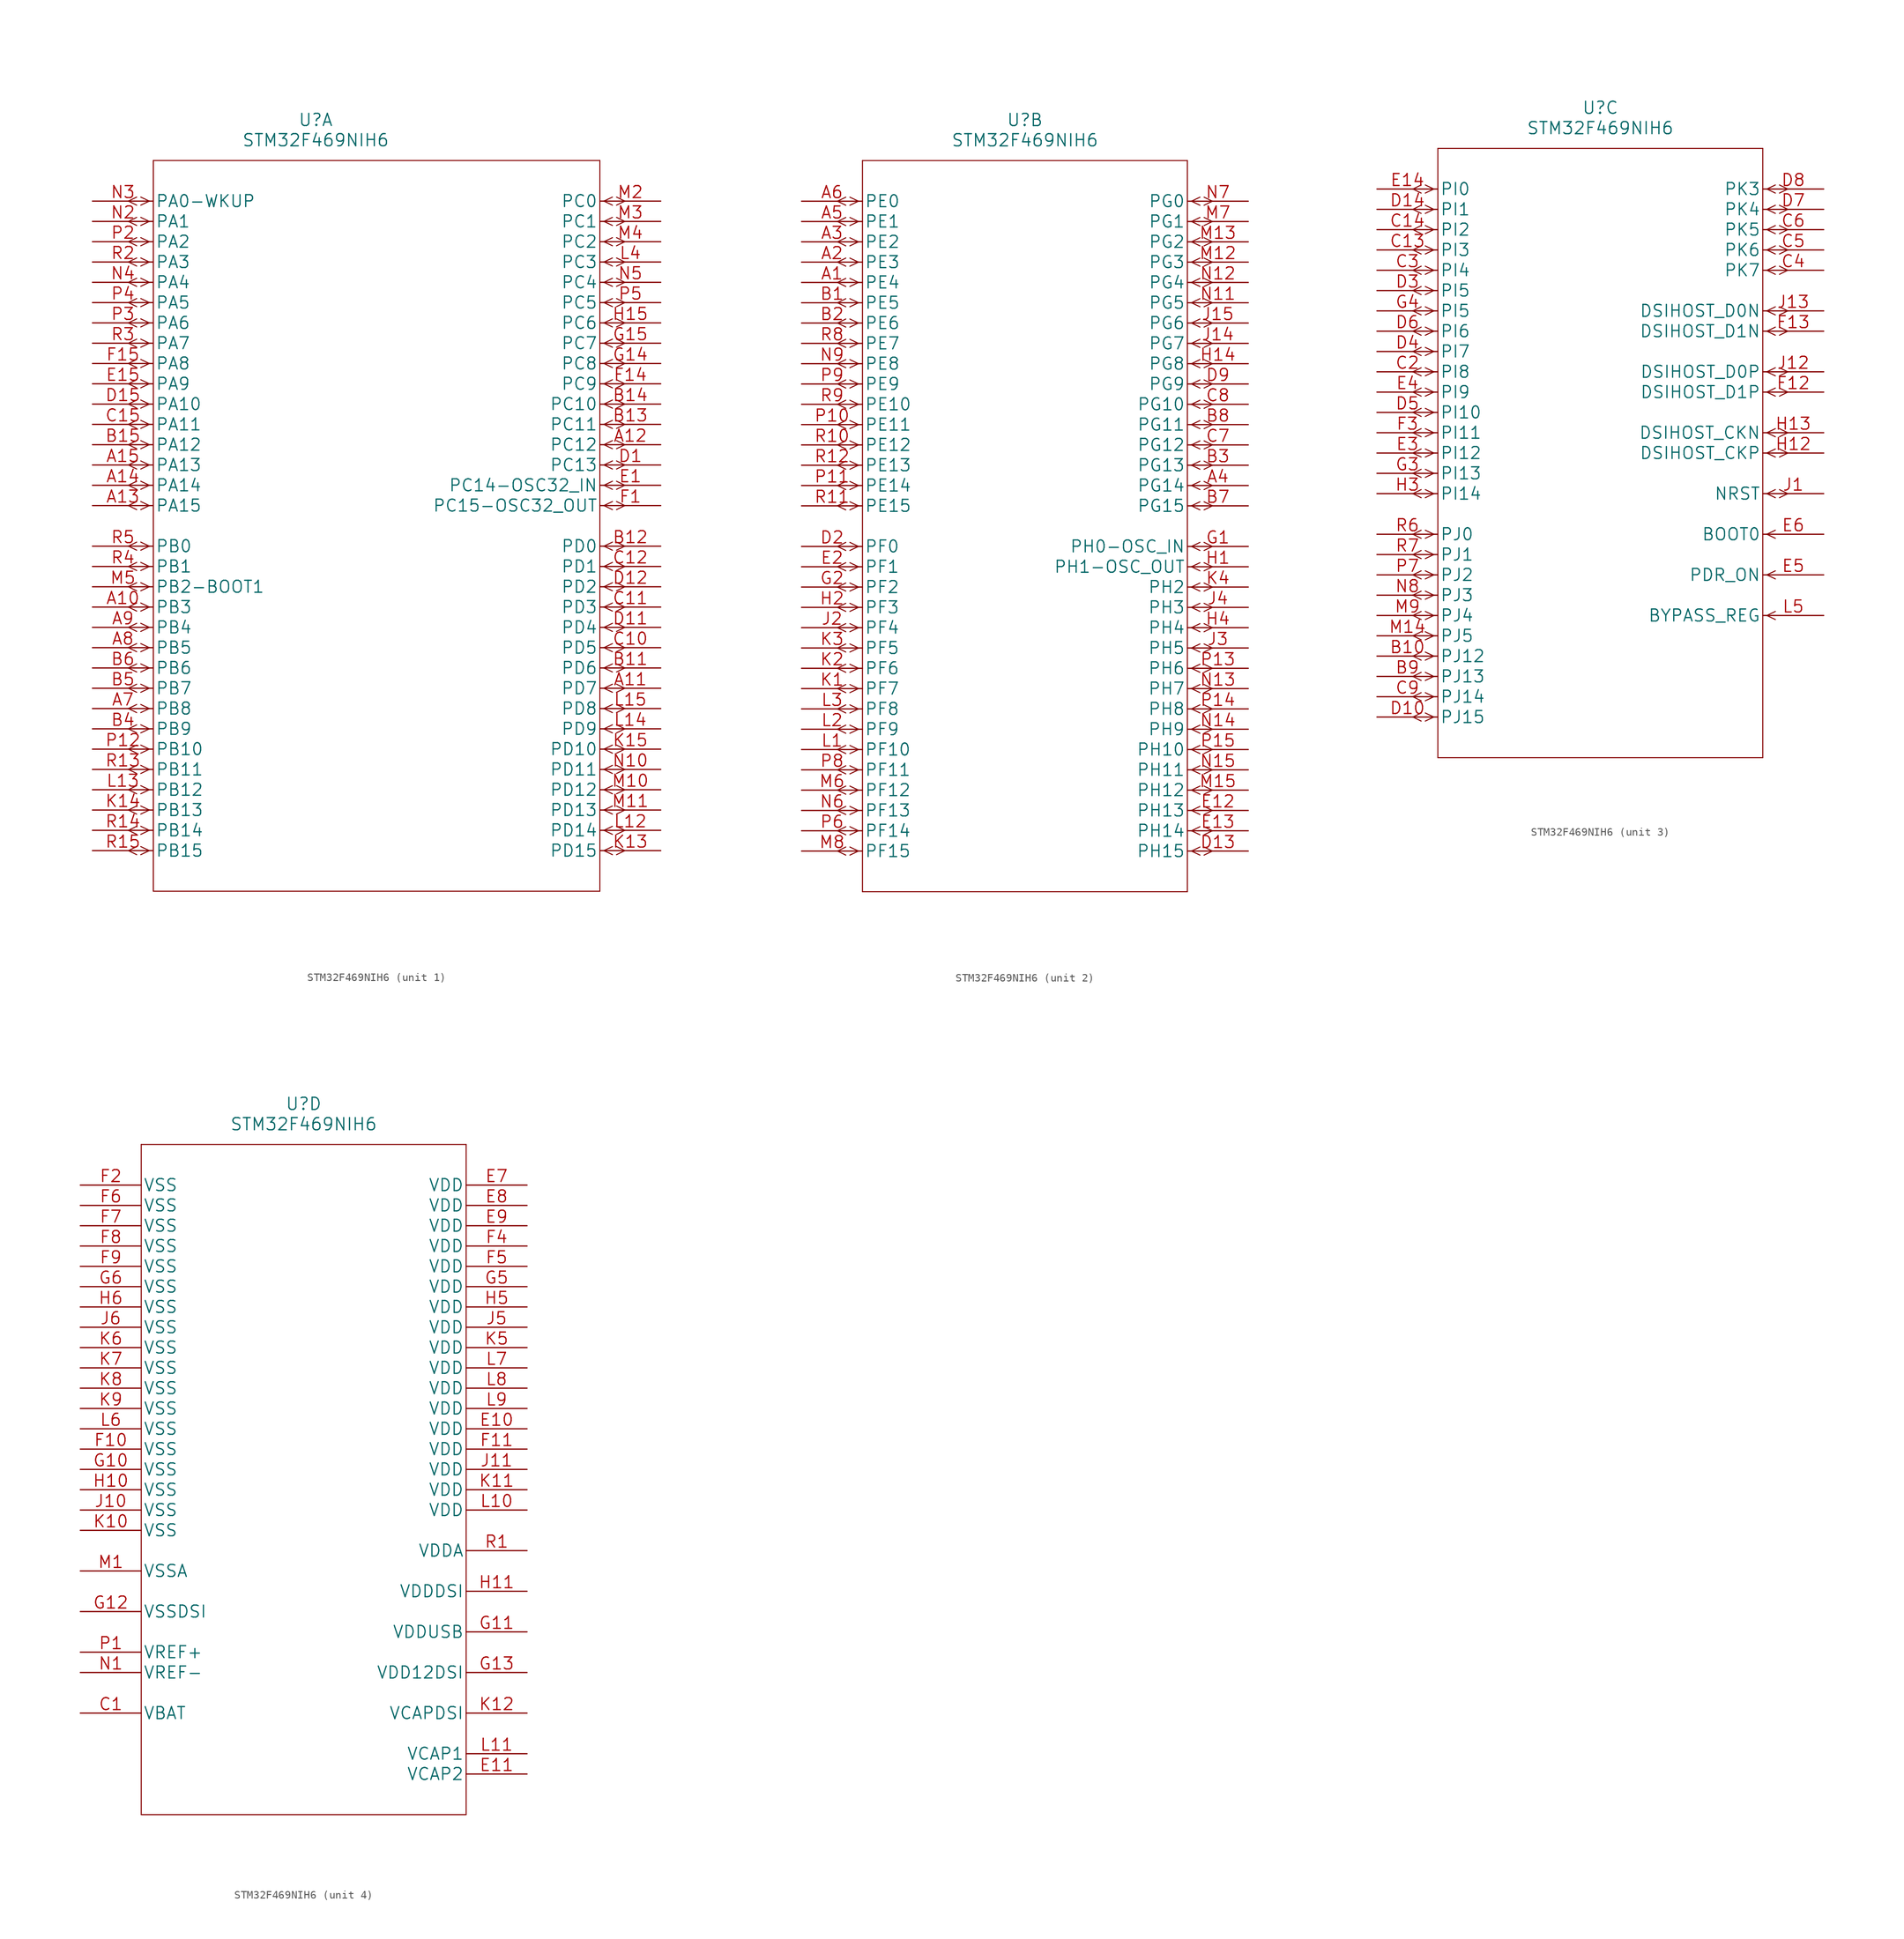
<source format=kicad_sym>
(kicad_symbol_lib
  (version 20211014)
  (generator kicad_symbol_editor)
  (symbol "STM32F469NIH6"
    (pin_names
      (offset 0.254))
    (property "Reference" "U"
      (at 27.94 10.16 0)
      (effects (font (size 1.524 1.524))))
    (property "Value" "STM32F469NIH6"
      (at 27.94 7.62 0)
      (effects (font (size 1.524 1.524))))
    (property "Datasheet" ""
      (at 0 0 0)
      (effects (font (size 1.524 1.524))))
    (symbol "STM32F469NIH6_1_1"
      (polyline (pts (xy 5.537 -81.788) (xy 4.496 -81.28)) (stroke (width 0.127) (type default) (color 0 0 0 0)) (fill (type none)))
      (polyline (pts (xy 5.537 -80.772) (xy 4.496 -81.28)) (stroke (width 0.127) (type default) (color 0 0 0 0)) (fill (type none)))
      (polyline (pts (xy 5.537 -79.248) (xy 4.496 -78.74)) (stroke (width 0.127) (type default) (color 0 0 0 0)) (fill (type none)))
      (polyline (pts (xy 5.537 -78.232) (xy 4.496 -78.74)) (stroke (width 0.127) (type default) (color 0 0 0 0)) (fill (type none)))
      (polyline (pts (xy 5.537 -76.708) (xy 4.496 -76.2)) (stroke (width 0.127) (type default) (color 0 0 0 0)) (fill (type none)))
      (polyline (pts (xy 5.537 -75.692) (xy 4.496 -76.2)) (stroke (width 0.127) (type default) (color 0 0 0 0)) (fill (type none)))
      (polyline (pts (xy 5.537 -74.168) (xy 4.496 -73.66)) (stroke (width 0.127) (type default) (color 0 0 0 0)) (fill (type none)))
      (polyline (pts (xy 5.537 -73.152) (xy 4.496 -73.66)) (stroke (width 0.127) (type default) (color 0 0 0 0)) (fill (type none)))
      (polyline (pts (xy 5.537 -71.628) (xy 4.496 -71.12)) (stroke (width 0.127) (type default) (color 0 0 0 0)) (fill (type none)))
      (polyline (pts (xy 5.537 -70.612) (xy 4.496 -71.12)) (stroke (width 0.127) (type default) (color 0 0 0 0)) (fill (type none)))
      (polyline (pts (xy 5.537 -69.088) (xy 4.496 -68.58)) (stroke (width 0.127) (type default) (color 0 0 0 0)) (fill (type none)))
      (polyline (pts (xy 5.537 -68.072) (xy 4.496 -68.58)) (stroke (width 0.127) (type default) (color 0 0 0 0)) (fill (type none)))
      (polyline (pts (xy 5.537 -66.548) (xy 4.496 -66.04)) (stroke (width 0.127) (type default) (color 0 0 0 0)) (fill (type none)))
      (polyline (pts (xy 5.537 -65.532) (xy 4.496 -66.04)) (stroke (width 0.127) (type default) (color 0 0 0 0)) (fill (type none)))
      (polyline (pts (xy 5.537 -64.008) (xy 4.496 -63.5)) (stroke (width 0.127) (type default) (color 0 0 0 0)) (fill (type none)))
      (polyline (pts (xy 5.537 -62.992) (xy 4.496 -63.5)) (stroke (width 0.127) (type default) (color 0 0 0 0)) (fill (type none)))
      (polyline (pts (xy 5.537 -61.468) (xy 4.496 -60.96)) (stroke (width 0.127) (type default) (color 0 0 0 0)) (fill (type none)))
      (polyline (pts (xy 5.537 -60.452) (xy 4.496 -60.96)) (stroke (width 0.127) (type default) (color 0 0 0 0)) (fill (type none)))
      (polyline (pts (xy 5.537 -58.928) (xy 4.496 -58.42)) (stroke (width 0.127) (type default) (color 0 0 0 0)) (fill (type none)))
      (polyline (pts (xy 5.537 -57.912) (xy 4.496 -58.42)) (stroke (width 0.127) (type default) (color 0 0 0 0)) (fill (type none)))
      (polyline (pts (xy 5.537 -56.388) (xy 4.496 -55.88)) (stroke (width 0.127) (type default) (color 0 0 0 0)) (fill (type none)))
      (polyline (pts (xy 5.537 -55.372) (xy 4.496 -55.88)) (stroke (width 0.127) (type default) (color 0 0 0 0)) (fill (type none)))
      (polyline (pts (xy 5.537 -53.848) (xy 4.496 -53.34)) (stroke (width 0.127) (type default) (color 0 0 0 0)) (fill (type none)))
      (polyline (pts (xy 5.537 -52.832) (xy 4.496 -53.34)) (stroke (width 0.127) (type default) (color 0 0 0 0)) (fill (type none)))
      (polyline (pts (xy 5.537 -51.308) (xy 4.496 -50.8)) (stroke (width 0.127) (type default) (color 0 0 0 0)) (fill (type none)))
      (polyline (pts (xy 5.537 -50.292) (xy 4.496 -50.8)) (stroke (width 0.127) (type default) (color 0 0 0 0)) (fill (type none)))
      (polyline (pts (xy 5.537 -48.768) (xy 4.496 -48.26)) (stroke (width 0.127) (type default) (color 0 0 0 0)) (fill (type none)))
      (polyline (pts (xy 5.537 -47.752) (xy 4.496 -48.26)) (stroke (width 0.127) (type default) (color 0 0 0 0)) (fill (type none)))
      (polyline (pts (xy 5.537 -46.228) (xy 4.496 -45.72)) (stroke (width 0.127) (type default) (color 0 0 0 0)) (fill (type none)))
      (polyline (pts (xy 5.537 -45.212) (xy 4.496 -45.72)) (stroke (width 0.127) (type default) (color 0 0 0 0)) (fill (type none)))
      (polyline (pts (xy 5.537 -43.688) (xy 4.496 -43.18)) (stroke (width 0.127) (type default) (color 0 0 0 0)) (fill (type none)))
      (polyline (pts (xy 5.537 -42.672) (xy 4.496 -43.18)) (stroke (width 0.127) (type default) (color 0 0 0 0)) (fill (type none)))
      (polyline (pts (xy 5.537 -38.608) (xy 4.496 -38.1)) (stroke (width 0.127) (type default) (color 0 0 0 0)) (fill (type none)))
      (polyline (pts (xy 5.537 -37.592) (xy 4.496 -38.1)) (stroke (width 0.127) (type default) (color 0 0 0 0)) (fill (type none)))
      (polyline (pts (xy 5.537 -36.068) (xy 4.496 -35.56)) (stroke (width 0.127) (type default) (color 0 0 0 0)) (fill (type none)))
      (polyline (pts (xy 5.537 -35.052) (xy 4.496 -35.56)) (stroke (width 0.127) (type default) (color 0 0 0 0)) (fill (type none)))
      (polyline (pts (xy 5.537 -33.528) (xy 4.496 -33.02)) (stroke (width 0.127) (type default) (color 0 0 0 0)) (fill (type none)))
      (polyline (pts (xy 5.537 -32.512) (xy 4.496 -33.02)) (stroke (width 0.127) (type default) (color 0 0 0 0)) (fill (type none)))
      (polyline (pts (xy 5.537 -30.988) (xy 4.496 -30.48)) (stroke (width 0.127) (type default) (color 0 0 0 0)) (fill (type none)))
      (polyline (pts (xy 5.537 -29.972) (xy 4.496 -30.48)) (stroke (width 0.127) (type default) (color 0 0 0 0)) (fill (type none)))
      (polyline (pts (xy 5.537 -28.448) (xy 4.496 -27.94)) (stroke (width 0.127) (type default) (color 0 0 0 0)) (fill (type none)))
      (polyline (pts (xy 5.537 -27.432) (xy 4.496 -27.94)) (stroke (width 0.127) (type default) (color 0 0 0 0)) (fill (type none)))
      (polyline (pts (xy 5.537 -25.908) (xy 4.496 -25.4)) (stroke (width 0.127) (type default) (color 0 0 0 0)) (fill (type none)))
      (polyline (pts (xy 5.537 -24.892) (xy 4.496 -25.4)) (stroke (width 0.127) (type default) (color 0 0 0 0)) (fill (type none)))
      (polyline (pts (xy 5.537 -23.368) (xy 4.496 -22.86)) (stroke (width 0.127) (type default) (color 0 0 0 0)) (fill (type none)))
      (polyline (pts (xy 5.537 -22.352) (xy 4.496 -22.86)) (stroke (width 0.127) (type default) (color 0 0 0 0)) (fill (type none)))
      (polyline (pts (xy 5.537 -20.828) (xy 4.496 -20.32)) (stroke (width 0.127) (type default) (color 0 0 0 0)) (fill (type none)))
      (polyline (pts (xy 5.537 -19.812) (xy 4.496 -20.32)) (stroke (width 0.127) (type default) (color 0 0 0 0)) (fill (type none)))
      (polyline (pts (xy 5.537 -18.288) (xy 4.496 -17.78)) (stroke (width 0.127) (type default) (color 0 0 0 0)) (fill (type none)))
      (polyline (pts (xy 5.537 -17.272) (xy 4.496 -17.78)) (stroke (width 0.127) (type default) (color 0 0 0 0)) (fill (type none)))
      (polyline (pts (xy 5.537 -15.748) (xy 4.496 -15.24)) (stroke (width 0.127) (type default) (color 0 0 0 0)) (fill (type none)))
      (polyline (pts (xy 5.537 -14.732) (xy 4.496 -15.24)) (stroke (width 0.127) (type default) (color 0 0 0 0)) (fill (type none)))
      (polyline (pts (xy 5.537 -13.208) (xy 4.496 -12.7)) (stroke (width 0.127) (type default) (color 0 0 0 0)) (fill (type none)))
      (polyline (pts (xy 5.537 -12.192) (xy 4.496 -12.7)) (stroke (width 0.127) (type default) (color 0 0 0 0)) (fill (type none)))
      (polyline (pts (xy 5.537 -10.668) (xy 4.496 -10.16)) (stroke (width 0.127) (type default) (color 0 0 0 0)) (fill (type none)))
      (polyline (pts (xy 5.537 -9.652) (xy 4.496 -10.16)) (stroke (width 0.127) (type default) (color 0 0 0 0)) (fill (type none)))
      (polyline (pts (xy 5.537 -8.128) (xy 4.496 -7.62)) (stroke (width 0.127) (type default) (color 0 0 0 0)) (fill (type none)))
      (polyline (pts (xy 5.537 -7.112) (xy 4.496 -7.62)) (stroke (width 0.127) (type default) (color 0 0 0 0)) (fill (type none)))
      (polyline (pts (xy 5.537 -5.588) (xy 4.496 -5.08)) (stroke (width 0.127) (type default) (color 0 0 0 0)) (fill (type none)))
      (polyline (pts (xy 5.537 -4.572) (xy 4.496 -5.08)) (stroke (width 0.127) (type default) (color 0 0 0 0)) (fill (type none)))
      (polyline (pts (xy 5.537 -3.048) (xy 4.496 -2.54)) (stroke (width 0.127) (type default) (color 0 0 0 0)) (fill (type none)))
      (polyline (pts (xy 5.537 -2.032) (xy 4.496 -2.54)) (stroke (width 0.127) (type default) (color 0 0 0 0)) (fill (type none)))
      (polyline (pts (xy 5.537 -0.508) (xy 4.496 0)) (stroke (width 0.127) (type default) (color 0 0 0 0)) (fill (type none)))
      (polyline (pts (xy 5.537 0.508) (xy 4.496 0)) (stroke (width 0.127) (type default) (color 0 0 0 0)) (fill (type none)))
      (polyline (pts (xy 7.112 -81.28) (xy 6.045 -81.788)) (stroke (width 0.127) (type default) (color 0 0 0 0)) (fill (type none)))
      (polyline (pts (xy 7.112 -81.28) (xy 6.045 -80.772)) (stroke (width 0.127) (type default) (color 0 0 0 0)) (fill (type none)))
      (polyline (pts (xy 7.112 -78.74) (xy 6.045 -79.248)) (stroke (width 0.127) (type default) (color 0 0 0 0)) (fill (type none)))
      (polyline (pts (xy 7.112 -78.74) (xy 6.045 -78.232)) (stroke (width 0.127) (type default) (color 0 0 0 0)) (fill (type none)))
      (polyline (pts (xy 7.112 -76.2) (xy 6.045 -76.708)) (stroke (width 0.127) (type default) (color 0 0 0 0)) (fill (type none)))
      (polyline (pts (xy 7.112 -76.2) (xy 6.045 -75.692)) (stroke (width 0.127) (type default) (color 0 0 0 0)) (fill (type none)))
      (polyline (pts (xy 7.112 -73.66) (xy 6.045 -74.168)) (stroke (width 0.127) (type default) (color 0 0 0 0)) (fill (type none)))
      (polyline (pts (xy 7.112 -73.66) (xy 6.045 -73.152)) (stroke (width 0.127) (type default) (color 0 0 0 0)) (fill (type none)))
      (polyline (pts (xy 7.112 -71.12) (xy 6.045 -71.628)) (stroke (width 0.127) (type default) (color 0 0 0 0)) (fill (type none)))
      (polyline (pts (xy 7.112 -71.12) (xy 6.045 -70.612)) (stroke (width 0.127) (type default) (color 0 0 0 0)) (fill (type none)))
      (polyline (pts (xy 7.112 -68.58) (xy 6.045 -69.088)) (stroke (width 0.127) (type default) (color 0 0 0 0)) (fill (type none)))
      (polyline (pts (xy 7.112 -68.58) (xy 6.045 -68.072)) (stroke (width 0.127) (type default) (color 0 0 0 0)) (fill (type none)))
      (polyline (pts (xy 7.112 -66.04) (xy 6.045 -66.548)) (stroke (width 0.127) (type default) (color 0 0 0 0)) (fill (type none)))
      (polyline (pts (xy 7.112 -66.04) (xy 6.045 -65.532)) (stroke (width 0.127) (type default) (color 0 0 0 0)) (fill (type none)))
      (polyline (pts (xy 7.112 -63.5) (xy 6.045 -64.008)) (stroke (width 0.127) (type default) (color 0 0 0 0)) (fill (type none)))
      (polyline (pts (xy 7.112 -63.5) (xy 6.045 -62.992)) (stroke (width 0.127) (type default) (color 0 0 0 0)) (fill (type none)))
      (polyline (pts (xy 7.112 -60.96) (xy 6.045 -61.468)) (stroke (width 0.127) (type default) (color 0 0 0 0)) (fill (type none)))
      (polyline (pts (xy 7.112 -60.96) (xy 6.045 -60.452)) (stroke (width 0.127) (type default) (color 0 0 0 0)) (fill (type none)))
      (polyline (pts (xy 7.112 -58.42) (xy 6.045 -58.928)) (stroke (width 0.127) (type default) (color 0 0 0 0)) (fill (type none)))
      (polyline (pts (xy 7.112 -58.42) (xy 6.045 -57.912)) (stroke (width 0.127) (type default) (color 0 0 0 0)) (fill (type none)))
      (polyline (pts (xy 7.112 -55.88) (xy 6.045 -56.388)) (stroke (width 0.127) (type default) (color 0 0 0 0)) (fill (type none)))
      (polyline (pts (xy 7.112 -55.88) (xy 6.045 -55.372)) (stroke (width 0.127) (type default) (color 0 0 0 0)) (fill (type none)))
      (polyline (pts (xy 7.112 -53.34) (xy 6.045 -53.848)) (stroke (width 0.127) (type default) (color 0 0 0 0)) (fill (type none)))
      (polyline (pts (xy 7.112 -53.34) (xy 6.045 -52.832)) (stroke (width 0.127) (type default) (color 0 0 0 0)) (fill (type none)))
      (polyline (pts (xy 7.112 -50.8) (xy 6.045 -51.308)) (stroke (width 0.127) (type default) (color 0 0 0 0)) (fill (type none)))
      (polyline (pts (xy 7.112 -50.8) (xy 6.045 -50.292)) (stroke (width 0.127) (type default) (color 0 0 0 0)) (fill (type none)))
      (polyline (pts (xy 7.112 -48.26) (xy 6.045 -48.768)) (stroke (width 0.127) (type default) (color 0 0 0 0)) (fill (type none)))
      (polyline (pts (xy 7.112 -48.26) (xy 6.045 -47.752)) (stroke (width 0.127) (type default) (color 0 0 0 0)) (fill (type none)))
      (polyline (pts (xy 7.112 -45.72) (xy 6.045 -46.228)) (stroke (width 0.127) (type default) (color 0 0 0 0)) (fill (type none)))
      (polyline (pts (xy 7.112 -45.72) (xy 6.045 -45.212)) (stroke (width 0.127) (type default) (color 0 0 0 0)) (fill (type none)))
      (polyline (pts (xy 7.112 -43.18) (xy 6.045 -43.688)) (stroke (width 0.127) (type default) (color 0 0 0 0)) (fill (type none)))
      (polyline (pts (xy 7.112 -43.18) (xy 6.045 -42.672)) (stroke (width 0.127) (type default) (color 0 0 0 0)) (fill (type none)))
      (polyline (pts (xy 7.112 -38.1) (xy 6.045 -38.608)) (stroke (width 0.127) (type default) (color 0 0 0 0)) (fill (type none)))
      (polyline (pts (xy 7.112 -38.1) (xy 6.045 -37.592)) (stroke (width 0.127) (type default) (color 0 0 0 0)) (fill (type none)))
      (polyline (pts (xy 7.112 -35.56) (xy 6.045 -36.068)) (stroke (width 0.127) (type default) (color 0 0 0 0)) (fill (type none)))
      (polyline (pts (xy 7.112 -35.56) (xy 6.045 -35.052)) (stroke (width 0.127) (type default) (color 0 0 0 0)) (fill (type none)))
      (polyline (pts (xy 7.112 -33.02) (xy 6.045 -33.528)) (stroke (width 0.127) (type default) (color 0 0 0 0)) (fill (type none)))
      (polyline (pts (xy 7.112 -33.02) (xy 6.045 -32.512)) (stroke (width 0.127) (type default) (color 0 0 0 0)) (fill (type none)))
      (polyline (pts (xy 7.112 -30.48) (xy 6.045 -30.988)) (stroke (width 0.127) (type default) (color 0 0 0 0)) (fill (type none)))
      (polyline (pts (xy 7.112 -30.48) (xy 6.045 -29.972)) (stroke (width 0.127) (type default) (color 0 0 0 0)) (fill (type none)))
      (polyline (pts (xy 7.112 -27.94) (xy 6.045 -28.448)) (stroke (width 0.127) (type default) (color 0 0 0 0)) (fill (type none)))
      (polyline (pts (xy 7.112 -27.94) (xy 6.045 -27.432)) (stroke (width 0.127) (type default) (color 0 0 0 0)) (fill (type none)))
      (polyline (pts (xy 7.112 -25.4) (xy 6.045 -25.908)) (stroke (width 0.127) (type default) (color 0 0 0 0)) (fill (type none)))
      (polyline (pts (xy 7.112 -25.4) (xy 6.045 -24.892)) (stroke (width 0.127) (type default) (color 0 0 0 0)) (fill (type none)))
      (polyline (pts (xy 7.112 -22.86) (xy 6.045 -23.368)) (stroke (width 0.127) (type default) (color 0 0 0 0)) (fill (type none)))
      (polyline (pts (xy 7.112 -22.86) (xy 6.045 -22.352)) (stroke (width 0.127) (type default) (color 0 0 0 0)) (fill (type none)))
      (polyline (pts (xy 7.112 -20.32) (xy 6.045 -20.828)) (stroke (width 0.127) (type default) (color 0 0 0 0)) (fill (type none)))
      (polyline (pts (xy 7.112 -20.32) (xy 6.045 -19.812)) (stroke (width 0.127) (type default) (color 0 0 0 0)) (fill (type none)))
      (polyline (pts (xy 7.112 -17.78) (xy 6.045 -18.288)) (stroke (width 0.127) (type default) (color 0 0 0 0)) (fill (type none)))
      (polyline (pts (xy 7.112 -17.78) (xy 6.045 -17.272)) (stroke (width 0.127) (type default) (color 0 0 0 0)) (fill (type none)))
      (polyline (pts (xy 7.112 -15.24) (xy 6.045 -15.748)) (stroke (width 0.127) (type default) (color 0 0 0 0)) (fill (type none)))
      (polyline (pts (xy 7.112 -15.24) (xy 6.045 -14.732)) (stroke (width 0.127) (type default) (color 0 0 0 0)) (fill (type none)))
      (polyline (pts (xy 7.112 -12.7) (xy 6.045 -13.208)) (stroke (width 0.127) (type default) (color 0 0 0 0)) (fill (type none)))
      (polyline (pts (xy 7.112 -12.7) (xy 6.045 -12.192)) (stroke (width 0.127) (type default) (color 0 0 0 0)) (fill (type none)))
      (polyline (pts (xy 7.112 -10.16) (xy 6.045 -10.668)) (stroke (width 0.127) (type default) (color 0 0 0 0)) (fill (type none)))
      (polyline (pts (xy 7.112 -10.16) (xy 6.045 -9.652)) (stroke (width 0.127) (type default) (color 0 0 0 0)) (fill (type none)))
      (polyline (pts (xy 7.112 -7.62) (xy 6.045 -8.128)) (stroke (width 0.127) (type default) (color 0 0 0 0)) (fill (type none)))
      (polyline (pts (xy 7.112 -7.62) (xy 6.045 -7.112)) (stroke (width 0.127) (type default) (color 0 0 0 0)) (fill (type none)))
      (polyline (pts (xy 7.112 -5.08) (xy 6.045 -5.588)) (stroke (width 0.127) (type default) (color 0 0 0 0)) (fill (type none)))
      (polyline (pts (xy 7.112 -5.08) (xy 6.045 -4.572)) (stroke (width 0.127) (type default) (color 0 0 0 0)) (fill (type none)))
      (polyline (pts (xy 7.112 -2.54) (xy 6.045 -3.048)) (stroke (width 0.127) (type default) (color 0 0 0 0)) (fill (type none)))
      (polyline (pts (xy 7.112 -2.54) (xy 6.045 -2.032)) (stroke (width 0.127) (type default) (color 0 0 0 0)) (fill (type none)))
      (polyline (pts (xy 7.112 0) (xy 6.045 -0.508)) (stroke (width 0.127) (type default) (color 0 0 0 0)) (fill (type none)))
      (polyline (pts (xy 7.112 0) (xy 6.045 0.508)) (stroke (width 0.127) (type default) (color 0 0 0 0)) (fill (type none)))
      (polyline (pts (xy 7.62 -86.36) (xy 63.5 -86.36)) (stroke (width 0.127) (type default) (color 0 0 0 0)) (fill (type none)))
      (polyline (pts (xy 7.62 5.08) (xy 7.62 -86.36)) (stroke (width 0.127) (type default) (color 0 0 0 0)) (fill (type none)))
      (polyline (pts (xy 63.5 -86.36) (xy 63.5 5.08)) (stroke (width 0.127) (type default) (color 0 0 0 0)) (fill (type none)))
      (polyline (pts (xy 63.5 5.08) (xy 7.62 5.08)) (stroke (width 0.127) (type default) (color 0 0 0 0)) (fill (type none)))
      (polyline (pts (xy 64.008 -81.28) (xy 65.075 -81.788)) (stroke (width 0.127) (type default) (color 0 0 0 0)) (fill (type none)))
      (polyline (pts (xy 64.008 -81.28) (xy 65.075 -80.772)) (stroke (width 0.127) (type default) (color 0 0 0 0)) (fill (type none)))
      (polyline (pts (xy 64.008 -78.74) (xy 65.075 -79.248)) (stroke (width 0.127) (type default) (color 0 0 0 0)) (fill (type none)))
      (polyline (pts (xy 64.008 -78.74) (xy 65.075 -78.232)) (stroke (width 0.127) (type default) (color 0 0 0 0)) (fill (type none)))
      (polyline (pts (xy 64.008 -76.2) (xy 65.075 -76.708)) (stroke (width 0.127) (type default) (color 0 0 0 0)) (fill (type none)))
      (polyline (pts (xy 64.008 -76.2) (xy 65.075 -75.692)) (stroke (width 0.127) (type default) (color 0 0 0 0)) (fill (type none)))
      (polyline (pts (xy 64.008 -73.66) (xy 65.075 -74.168)) (stroke (width 0.127) (type default) (color 0 0 0 0)) (fill (type none)))
      (polyline (pts (xy 64.008 -73.66) (xy 65.075 -73.152)) (stroke (width 0.127) (type default) (color 0 0 0 0)) (fill (type none)))
      (polyline (pts (xy 64.008 -71.12) (xy 65.075 -71.628)) (stroke (width 0.127) (type default) (color 0 0 0 0)) (fill (type none)))
      (polyline (pts (xy 64.008 -71.12) (xy 65.075 -70.612)) (stroke (width 0.127) (type default) (color 0 0 0 0)) (fill (type none)))
      (polyline (pts (xy 64.008 -68.58) (xy 65.075 -69.088)) (stroke (width 0.127) (type default) (color 0 0 0 0)) (fill (type none)))
      (polyline (pts (xy 64.008 -68.58) (xy 65.075 -68.072)) (stroke (width 0.127) (type default) (color 0 0 0 0)) (fill (type none)))
      (polyline (pts (xy 64.008 -66.04) (xy 65.075 -66.548)) (stroke (width 0.127) (type default) (color 0 0 0 0)) (fill (type none)))
      (polyline (pts (xy 64.008 -66.04) (xy 65.075 -65.532)) (stroke (width 0.127) (type default) (color 0 0 0 0)) (fill (type none)))
      (polyline (pts (xy 64.008 -63.5) (xy 65.075 -64.008)) (stroke (width 0.127) (type default) (color 0 0 0 0)) (fill (type none)))
      (polyline (pts (xy 64.008 -63.5) (xy 65.075 -62.992)) (stroke (width 0.127) (type default) (color 0 0 0 0)) (fill (type none)))
      (polyline (pts (xy 64.008 -60.96) (xy 65.075 -61.468)) (stroke (width 0.127) (type default) (color 0 0 0 0)) (fill (type none)))
      (polyline (pts (xy 64.008 -60.96) (xy 65.075 -60.452)) (stroke (width 0.127) (type default) (color 0 0 0 0)) (fill (type none)))
      (polyline (pts (xy 64.008 -58.42) (xy 65.075 -58.928)) (stroke (width 0.127) (type default) (color 0 0 0 0)) (fill (type none)))
      (polyline (pts (xy 64.008 -58.42) (xy 65.075 -57.912)) (stroke (width 0.127) (type default) (color 0 0 0 0)) (fill (type none)))
      (polyline (pts (xy 64.008 -55.88) (xy 65.075 -56.388)) (stroke (width 0.127) (type default) (color 0 0 0 0)) (fill (type none)))
      (polyline (pts (xy 64.008 -55.88) (xy 65.075 -55.372)) (stroke (width 0.127) (type default) (color 0 0 0 0)) (fill (type none)))
      (polyline (pts (xy 64.008 -53.34) (xy 65.075 -53.848)) (stroke (width 0.127) (type default) (color 0 0 0 0)) (fill (type none)))
      (polyline (pts (xy 64.008 -53.34) (xy 65.075 -52.832)) (stroke (width 0.127) (type default) (color 0 0 0 0)) (fill (type none)))
      (polyline (pts (xy 64.008 -50.8) (xy 65.075 -51.308)) (stroke (width 0.127) (type default) (color 0 0 0 0)) (fill (type none)))
      (polyline (pts (xy 64.008 -50.8) (xy 65.075 -50.292)) (stroke (width 0.127) (type default) (color 0 0 0 0)) (fill (type none)))
      (polyline (pts (xy 64.008 -48.26) (xy 65.075 -48.768)) (stroke (width 0.127) (type default) (color 0 0 0 0)) (fill (type none)))
      (polyline (pts (xy 64.008 -48.26) (xy 65.075 -47.752)) (stroke (width 0.127) (type default) (color 0 0 0 0)) (fill (type none)))
      (polyline (pts (xy 64.008 -45.72) (xy 65.075 -46.228)) (stroke (width 0.127) (type default) (color 0 0 0 0)) (fill (type none)))
      (polyline (pts (xy 64.008 -45.72) (xy 65.075 -45.212)) (stroke (width 0.127) (type default) (color 0 0 0 0)) (fill (type none)))
      (polyline (pts (xy 64.008 -43.18) (xy 65.075 -43.688)) (stroke (width 0.127) (type default) (color 0 0 0 0)) (fill (type none)))
      (polyline (pts (xy 64.008 -43.18) (xy 65.075 -42.672)) (stroke (width 0.127) (type default) (color 0 0 0 0)) (fill (type none)))
      (polyline (pts (xy 64.008 -38.1) (xy 65.075 -38.608)) (stroke (width 0.127) (type default) (color 0 0 0 0)) (fill (type none)))
      (polyline (pts (xy 64.008 -38.1) (xy 65.075 -37.592)) (stroke (width 0.127) (type default) (color 0 0 0 0)) (fill (type none)))
      (polyline (pts (xy 64.008 -35.56) (xy 65.075 -36.068)) (stroke (width 0.127) (type default) (color 0 0 0 0)) (fill (type none)))
      (polyline (pts (xy 64.008 -35.56) (xy 65.075 -35.052)) (stroke (width 0.127) (type default) (color 0 0 0 0)) (fill (type none)))
      (polyline (pts (xy 64.008 -33.02) (xy 65.075 -33.528)) (stroke (width 0.127) (type default) (color 0 0 0 0)) (fill (type none)))
      (polyline (pts (xy 64.008 -33.02) (xy 65.075 -32.512)) (stroke (width 0.127) (type default) (color 0 0 0 0)) (fill (type none)))
      (polyline (pts (xy 64.008 -30.48) (xy 65.075 -30.988)) (stroke (width 0.127) (type default) (color 0 0 0 0)) (fill (type none)))
      (polyline (pts (xy 64.008 -30.48) (xy 65.075 -29.972)) (stroke (width 0.127) (type default) (color 0 0 0 0)) (fill (type none)))
      (polyline (pts (xy 64.008 -27.94) (xy 65.075 -28.448)) (stroke (width 0.127) (type default) (color 0 0 0 0)) (fill (type none)))
      (polyline (pts (xy 64.008 -27.94) (xy 65.075 -27.432)) (stroke (width 0.127) (type default) (color 0 0 0 0)) (fill (type none)))
      (polyline (pts (xy 64.008 -25.4) (xy 65.075 -25.908)) (stroke (width 0.127) (type default) (color 0 0 0 0)) (fill (type none)))
      (polyline (pts (xy 64.008 -25.4) (xy 65.075 -24.892)) (stroke (width 0.127) (type default) (color 0 0 0 0)) (fill (type none)))
      (polyline (pts (xy 64.008 -22.86) (xy 65.075 -23.368)) (stroke (width 0.127) (type default) (color 0 0 0 0)) (fill (type none)))
      (polyline (pts (xy 64.008 -22.86) (xy 65.075 -22.352)) (stroke (width 0.127) (type default) (color 0 0 0 0)) (fill (type none)))
      (polyline (pts (xy 64.008 -20.32) (xy 65.075 -20.828)) (stroke (width 0.127) (type default) (color 0 0 0 0)) (fill (type none)))
      (polyline (pts (xy 64.008 -20.32) (xy 65.075 -19.812)) (stroke (width 0.127) (type default) (color 0 0 0 0)) (fill (type none)))
      (polyline (pts (xy 64.008 -17.78) (xy 65.075 -18.288)) (stroke (width 0.127) (type default) (color 0 0 0 0)) (fill (type none)))
      (polyline (pts (xy 64.008 -17.78) (xy 65.075 -17.272)) (stroke (width 0.127) (type default) (color 0 0 0 0)) (fill (type none)))
      (polyline (pts (xy 64.008 -15.24) (xy 65.075 -15.748)) (stroke (width 0.127) (type default) (color 0 0 0 0)) (fill (type none)))
      (polyline (pts (xy 64.008 -15.24) (xy 65.075 -14.732)) (stroke (width 0.127) (type default) (color 0 0 0 0)) (fill (type none)))
      (polyline (pts (xy 64.008 -12.7) (xy 65.075 -13.208)) (stroke (width 0.127) (type default) (color 0 0 0 0)) (fill (type none)))
      (polyline (pts (xy 64.008 -12.7) (xy 65.075 -12.192)) (stroke (width 0.127) (type default) (color 0 0 0 0)) (fill (type none)))
      (polyline (pts (xy 64.008 -10.16) (xy 65.075 -10.668)) (stroke (width 0.127) (type default) (color 0 0 0 0)) (fill (type none)))
      (polyline (pts (xy 64.008 -10.16) (xy 65.075 -9.652)) (stroke (width 0.127) (type default) (color 0 0 0 0)) (fill (type none)))
      (polyline (pts (xy 64.008 -7.62) (xy 65.075 -8.128)) (stroke (width 0.127) (type default) (color 0 0 0 0)) (fill (type none)))
      (polyline (pts (xy 64.008 -7.62) (xy 65.075 -7.112)) (stroke (width 0.127) (type default) (color 0 0 0 0)) (fill (type none)))
      (polyline (pts (xy 64.008 -5.08) (xy 65.075 -5.588)) (stroke (width 0.127) (type default) (color 0 0 0 0)) (fill (type none)))
      (polyline (pts (xy 64.008 -5.08) (xy 65.075 -4.572)) (stroke (width 0.127) (type default) (color 0 0 0 0)) (fill (type none)))
      (polyline (pts (xy 64.008 -2.54) (xy 65.075 -3.048)) (stroke (width 0.127) (type default) (color 0 0 0 0)) (fill (type none)))
      (polyline (pts (xy 64.008 -2.54) (xy 65.075 -2.032)) (stroke (width 0.127) (type default) (color 0 0 0 0)) (fill (type none)))
      (polyline (pts (xy 64.008 0) (xy 65.075 -0.508)) (stroke (width 0.127) (type default) (color 0 0 0 0)) (fill (type none)))
      (polyline (pts (xy 64.008 0) (xy 65.075 0.508)) (stroke (width 0.127) (type default) (color 0 0 0 0)) (fill (type none)))
      (polyline (pts (xy 65.583 -81.788) (xy 66.624 -81.28)) (stroke (width 0.127) (type default) (color 0 0 0 0)) (fill (type none)))
      (polyline (pts (xy 65.583 -80.772) (xy 66.624 -81.28)) (stroke (width 0.127) (type default) (color 0 0 0 0)) (fill (type none)))
      (polyline (pts (xy 65.583 -79.248) (xy 66.624 -78.74)) (stroke (width 0.127) (type default) (color 0 0 0 0)) (fill (type none)))
      (polyline (pts (xy 65.583 -78.232) (xy 66.624 -78.74)) (stroke (width 0.127) (type default) (color 0 0 0 0)) (fill (type none)))
      (polyline (pts (xy 65.583 -76.708) (xy 66.624 -76.2)) (stroke (width 0.127) (type default) (color 0 0 0 0)) (fill (type none)))
      (polyline (pts (xy 65.583 -75.692) (xy 66.624 -76.2)) (stroke (width 0.127) (type default) (color 0 0 0 0)) (fill (type none)))
      (polyline (pts (xy 65.583 -74.168) (xy 66.624 -73.66)) (stroke (width 0.127) (type default) (color 0 0 0 0)) (fill (type none)))
      (polyline (pts (xy 65.583 -73.152) (xy 66.624 -73.66)) (stroke (width 0.127) (type default) (color 0 0 0 0)) (fill (type none)))
      (polyline (pts (xy 65.583 -71.628) (xy 66.624 -71.12)) (stroke (width 0.127) (type default) (color 0 0 0 0)) (fill (type none)))
      (polyline (pts (xy 65.583 -70.612) (xy 66.624 -71.12)) (stroke (width 0.127) (type default) (color 0 0 0 0)) (fill (type none)))
      (polyline (pts (xy 65.583 -69.088) (xy 66.624 -68.58)) (stroke (width 0.127) (type default) (color 0 0 0 0)) (fill (type none)))
      (polyline (pts (xy 65.583 -68.072) (xy 66.624 -68.58)) (stroke (width 0.127) (type default) (color 0 0 0 0)) (fill (type none)))
      (polyline (pts (xy 65.583 -66.548) (xy 66.624 -66.04)) (stroke (width 0.127) (type default) (color 0 0 0 0)) (fill (type none)))
      (polyline (pts (xy 65.583 -65.532) (xy 66.624 -66.04)) (stroke (width 0.127) (type default) (color 0 0 0 0)) (fill (type none)))
      (polyline (pts (xy 65.583 -64.008) (xy 66.624 -63.5)) (stroke (width 0.127) (type default) (color 0 0 0 0)) (fill (type none)))
      (polyline (pts (xy 65.583 -62.992) (xy 66.624 -63.5)) (stroke (width 0.127) (type default) (color 0 0 0 0)) (fill (type none)))
      (polyline (pts (xy 65.583 -61.468) (xy 66.624 -60.96)) (stroke (width 0.127) (type default) (color 0 0 0 0)) (fill (type none)))
      (polyline (pts (xy 65.583 -60.452) (xy 66.624 -60.96)) (stroke (width 0.127) (type default) (color 0 0 0 0)) (fill (type none)))
      (polyline (pts (xy 65.583 -58.928) (xy 66.624 -58.42)) (stroke (width 0.127) (type default) (color 0 0 0 0)) (fill (type none)))
      (polyline (pts (xy 65.583 -57.912) (xy 66.624 -58.42)) (stroke (width 0.127) (type default) (color 0 0 0 0)) (fill (type none)))
      (polyline (pts (xy 65.583 -56.388) (xy 66.624 -55.88)) (stroke (width 0.127) (type default) (color 0 0 0 0)) (fill (type none)))
      (polyline (pts (xy 65.583 -55.372) (xy 66.624 -55.88)) (stroke (width 0.127) (type default) (color 0 0 0 0)) (fill (type none)))
      (polyline (pts (xy 65.583 -53.848) (xy 66.624 -53.34)) (stroke (width 0.127) (type default) (color 0 0 0 0)) (fill (type none)))
      (polyline (pts (xy 65.583 -52.832) (xy 66.624 -53.34)) (stroke (width 0.127) (type default) (color 0 0 0 0)) (fill (type none)))
      (polyline (pts (xy 65.583 -51.308) (xy 66.624 -50.8)) (stroke (width 0.127) (type default) (color 0 0 0 0)) (fill (type none)))
      (polyline (pts (xy 65.583 -50.292) (xy 66.624 -50.8)) (stroke (width 0.127) (type default) (color 0 0 0 0)) (fill (type none)))
      (polyline (pts (xy 65.583 -48.768) (xy 66.624 -48.26)) (stroke (width 0.127) (type default) (color 0 0 0 0)) (fill (type none)))
      (polyline (pts (xy 65.583 -47.752) (xy 66.624 -48.26)) (stroke (width 0.127) (type default) (color 0 0 0 0)) (fill (type none)))
      (polyline (pts (xy 65.583 -46.228) (xy 66.624 -45.72)) (stroke (width 0.127) (type default) (color 0 0 0 0)) (fill (type none)))
      (polyline (pts (xy 65.583 -45.212) (xy 66.624 -45.72)) (stroke (width 0.127) (type default) (color 0 0 0 0)) (fill (type none)))
      (polyline (pts (xy 65.583 -43.688) (xy 66.624 -43.18)) (stroke (width 0.127) (type default) (color 0 0 0 0)) (fill (type none)))
      (polyline (pts (xy 65.583 -42.672) (xy 66.624 -43.18)) (stroke (width 0.127) (type default) (color 0 0 0 0)) (fill (type none)))
      (polyline (pts (xy 65.583 -38.608) (xy 66.624 -38.1)) (stroke (width 0.127) (type default) (color 0 0 0 0)) (fill (type none)))
      (polyline (pts (xy 65.583 -37.592) (xy 66.624 -38.1)) (stroke (width 0.127) (type default) (color 0 0 0 0)) (fill (type none)))
      (polyline (pts (xy 65.583 -36.068) (xy 66.624 -35.56)) (stroke (width 0.127) (type default) (color 0 0 0 0)) (fill (type none)))
      (polyline (pts (xy 65.583 -35.052) (xy 66.624 -35.56)) (stroke (width 0.127) (type default) (color 0 0 0 0)) (fill (type none)))
      (polyline (pts (xy 65.583 -33.528) (xy 66.624 -33.02)) (stroke (width 0.127) (type default) (color 0 0 0 0)) (fill (type none)))
      (polyline (pts (xy 65.583 -32.512) (xy 66.624 -33.02)) (stroke (width 0.127) (type default) (color 0 0 0 0)) (fill (type none)))
      (polyline (pts (xy 65.583 -30.988) (xy 66.624 -30.48)) (stroke (width 0.127) (type default) (color 0 0 0 0)) (fill (type none)))
      (polyline (pts (xy 65.583 -29.972) (xy 66.624 -30.48)) (stroke (width 0.127) (type default) (color 0 0 0 0)) (fill (type none)))
      (polyline (pts (xy 65.583 -28.448) (xy 66.624 -27.94)) (stroke (width 0.127) (type default) (color 0 0 0 0)) (fill (type none)))
      (polyline (pts (xy 65.583 -27.432) (xy 66.624 -27.94)) (stroke (width 0.127) (type default) (color 0 0 0 0)) (fill (type none)))
      (polyline (pts (xy 65.583 -25.908) (xy 66.624 -25.4)) (stroke (width 0.127) (type default) (color 0 0 0 0)) (fill (type none)))
      (polyline (pts (xy 65.583 -24.892) (xy 66.624 -25.4)) (stroke (width 0.127) (type default) (color 0 0 0 0)) (fill (type none)))
      (polyline (pts (xy 65.583 -23.368) (xy 66.624 -22.86)) (stroke (width 0.127) (type default) (color 0 0 0 0)) (fill (type none)))
      (polyline (pts (xy 65.583 -22.352) (xy 66.624 -22.86)) (stroke (width 0.127) (type default) (color 0 0 0 0)) (fill (type none)))
      (polyline (pts (xy 65.583 -20.828) (xy 66.624 -20.32)) (stroke (width 0.127) (type default) (color 0 0 0 0)) (fill (type none)))
      (polyline (pts (xy 65.583 -19.812) (xy 66.624 -20.32)) (stroke (width 0.127) (type default) (color 0 0 0 0)) (fill (type none)))
      (polyline (pts (xy 65.583 -18.288) (xy 66.624 -17.78)) (stroke (width 0.127) (type default) (color 0 0 0 0)) (fill (type none)))
      (polyline (pts (xy 65.583 -17.272) (xy 66.624 -17.78)) (stroke (width 0.127) (type default) (color 0 0 0 0)) (fill (type none)))
      (polyline (pts (xy 65.583 -15.748) (xy 66.624 -15.24)) (stroke (width 0.127) (type default) (color 0 0 0 0)) (fill (type none)))
      (polyline (pts (xy 65.583 -14.732) (xy 66.624 -15.24)) (stroke (width 0.127) (type default) (color 0 0 0 0)) (fill (type none)))
      (polyline (pts (xy 65.583 -13.208) (xy 66.624 -12.7)) (stroke (width 0.127) (type default) (color 0 0 0 0)) (fill (type none)))
      (polyline (pts (xy 65.583 -12.192) (xy 66.624 -12.7)) (stroke (width 0.127) (type default) (color 0 0 0 0)) (fill (type none)))
      (polyline (pts (xy 65.583 -10.668) (xy 66.624 -10.16)) (stroke (width 0.127) (type default) (color 0 0 0 0)) (fill (type none)))
      (polyline (pts (xy 65.583 -9.652) (xy 66.624 -10.16)) (stroke (width 0.127) (type default) (color 0 0 0 0)) (fill (type none)))
      (polyline (pts (xy 65.583 -8.128) (xy 66.624 -7.62)) (stroke (width 0.127) (type default) (color 0 0 0 0)) (fill (type none)))
      (polyline (pts (xy 65.583 -7.112) (xy 66.624 -7.62)) (stroke (width 0.127) (type default) (color 0 0 0 0)) (fill (type none)))
      (polyline (pts (xy 65.583 -5.588) (xy 66.624 -5.08)) (stroke (width 0.127) (type default) (color 0 0 0 0)) (fill (type none)))
      (polyline (pts (xy 65.583 -4.572) (xy 66.624 -5.08)) (stroke (width 0.127) (type default) (color 0 0 0 0)) (fill (type none)))
      (polyline (pts (xy 65.583 -3.048) (xy 66.624 -2.54)) (stroke (width 0.127) (type default) (color 0 0 0 0)) (fill (type none)))
      (polyline (pts (xy 65.583 -2.032) (xy 66.624 -2.54)) (stroke (width 0.127) (type default) (color 0 0 0 0)) (fill (type none)))
      (polyline (pts (xy 65.583 -0.508) (xy 66.624 0)) (stroke (width 0.127) (type default) (color 0 0 0 0)) (fill (type none)))
      (polyline (pts (xy 65.583 0.508) (xy 66.624 0)) (stroke (width 0.127) (type default) (color 0 0 0 0)) (fill (type none)))
      (pin bidirectional line (at 0 -50.8 0) (length 7.62) (name "PB3" (effects (font (size 1.499 1.499)))) (number "A10" (effects (font (size 1.499 1.499)))))
      (pin bidirectional line (at 71.12 -60.96 180) (length 7.62) (name "PD7" (effects (font (size 1.499 1.499)))) (number "A11" (effects (font (size 1.499 1.499)))))
      (pin bidirectional line (at 71.12 -30.48 180) (length 7.62) (name "PC12" (effects (font (size 1.499 1.499)))) (number "A12" (effects (font (size 1.499 1.499)))))
      (pin bidirectional line (at 0 -38.1 0) (length 7.62) (name "PA15" (effects (font (size 1.499 1.499)))) (number "A13" (effects (font (size 1.499 1.499)))))
      (pin bidirectional line (at 0 -35.56 0) (length 7.62) (name "PA14" (effects (font (size 1.499 1.499)))) (number "A14" (effects (font (size 1.499 1.499)))))
      (pin bidirectional line (at 0 -33.02 0) (length 7.62) (name "PA13" (effects (font (size 1.499 1.499)))) (number "A15" (effects (font (size 1.499 1.499)))))
      (pin bidirectional line (at 0 -63.5 0) (length 7.62) (name "PB8" (effects (font (size 1.499 1.499)))) (number "A7" (effects (font (size 1.499 1.499)))))
      (pin bidirectional line (at 0 -55.88 0) (length 7.62) (name "PB5" (effects (font (size 1.499 1.499)))) (number "A8" (effects (font (size 1.499 1.499)))))
      (pin bidirectional line (at 0 -53.34 0) (length 7.62) (name "PB4" (effects (font (size 1.499 1.499)))) (number "A9" (effects (font (size 1.499 1.499)))))
      (pin bidirectional line (at 71.12 -58.42 180) (length 7.62) (name "PD6" (effects (font (size 1.499 1.499)))) (number "B11" (effects (font (size 1.499 1.499)))))
      (pin bidirectional line (at 71.12 -43.18 180) (length 7.62) (name "PD0" (effects (font (size 1.499 1.499)))) (number "B12" (effects (font (size 1.499 1.499)))))
      (pin bidirectional line (at 71.12 -27.94 180) (length 7.62) (name "PC11" (effects (font (size 1.499 1.499)))) (number "B13" (effects (font (size 1.499 1.499)))))
      (pin bidirectional line (at 71.12 -25.4 180) (length 7.62) (name "PC10" (effects (font (size 1.499 1.499)))) (number "B14" (effects (font (size 1.499 1.499)))))
      (pin bidirectional line (at 0 -30.48 0) (length 7.62) (name "PA12" (effects (font (size 1.499 1.499)))) (number "B15" (effects (font (size 1.499 1.499)))))
      (pin bidirectional line (at 0 -66.04 0) (length 7.62) (name "PB9" (effects (font (size 1.499 1.499)))) (number "B4" (effects (font (size 1.499 1.499)))))
      (pin bidirectional line (at 0 -60.96 0) (length 7.62) (name "PB7" (effects (font (size 1.499 1.499)))) (number "B5" (effects (font (size 1.499 1.499)))))
      (pin bidirectional line (at 0 -58.42 0) (length 7.62) (name "PB6" (effects (font (size 1.499 1.499)))) (number "B6" (effects (font (size 1.499 1.499)))))
      (pin bidirectional line (at 71.12 -55.88 180) (length 7.62) (name "PD5" (effects (font (size 1.499 1.499)))) (number "C10" (effects (font (size 1.499 1.499)))))
      (pin bidirectional line (at 71.12 -50.8 180) (length 7.62) (name "PD3" (effects (font (size 1.499 1.499)))) (number "C11" (effects (font (size 1.499 1.499)))))
      (pin bidirectional line (at 71.12 -45.72 180) (length 7.62) (name "PD1" (effects (font (size 1.499 1.499)))) (number "C12" (effects (font (size 1.499 1.499)))))
      (pin bidirectional line (at 0 -27.94 0) (length 7.62) (name "PA11" (effects (font (size 1.499 1.499)))) (number "C15" (effects (font (size 1.499 1.499)))))
      (pin bidirectional line (at 71.12 -33.02 180) (length 7.62) (name "PC13" (effects (font (size 1.499 1.499)))) (number "D1" (effects (font (size 1.499 1.499)))))
      (pin bidirectional line (at 71.12 -53.34 180) (length 7.62) (name "PD4" (effects (font (size 1.499 1.499)))) (number "D11" (effects (font (size 1.499 1.499)))))
      (pin bidirectional line (at 71.12 -48.26 180) (length 7.62) (name "PD2" (effects (font (size 1.499 1.499)))) (number "D12" (effects (font (size 1.499 1.499)))))
      (pin bidirectional line (at 0 -25.4 0) (length 7.62) (name "PA10" (effects (font (size 1.499 1.499)))) (number "D15" (effects (font (size 1.499 1.499)))))
      (pin bidirectional line (at 71.12 -35.56 180) (length 7.62) (name "PC14-OSC32_IN" (effects (font (size 1.499 1.499)))) (number "E1" (effects (font (size 1.499 1.499)))))
      (pin bidirectional line (at 0 -22.86 0) (length 7.62) (name "PA9" (effects (font (size 1.499 1.499)))) (number "E15" (effects (font (size 1.499 1.499)))))
      (pin bidirectional line (at 71.12 -38.1 180) (length 7.62) (name "PC15-OSC32_OUT" (effects (font (size 1.499 1.499)))) (number "F1" (effects (font (size 1.499 1.499)))))
      (pin bidirectional line (at 71.12 -22.86 180) (length 7.62) (name "PC9" (effects (font (size 1.499 1.499)))) (number "F14" (effects (font (size 1.499 1.499)))))
      (pin bidirectional line (at 0 -20.32 0) (length 7.62) (name "PA8" (effects (font (size 1.499 1.499)))) (number "F15" (effects (font (size 1.499 1.499)))))
      (pin bidirectional line (at 71.12 -20.32 180) (length 7.62) (name "PC8" (effects (font (size 1.499 1.499)))) (number "G14" (effects (font (size 1.499 1.499)))))
      (pin bidirectional line (at 71.12 -17.78 180) (length 7.62) (name "PC7" (effects (font (size 1.499 1.499)))) (number "G15" (effects (font (size 1.499 1.499)))))
      (pin bidirectional line (at 71.12 -15.24 180) (length 7.62) (name "PC6" (effects (font (size 1.499 1.499)))) (number "H15" (effects (font (size 1.499 1.499)))))
      (pin bidirectional line (at 71.12 -81.28 180) (length 7.62) (name "PD15" (effects (font (size 1.499 1.499)))) (number "K13" (effects (font (size 1.499 1.499)))))
      (pin bidirectional line (at 0 -76.2 0) (length 7.62) (name "PB13" (effects (font (size 1.499 1.499)))) (number "K14" (effects (font (size 1.499 1.499)))))
      (pin bidirectional line (at 71.12 -68.58 180) (length 7.62) (name "PD10" (effects (font (size 1.499 1.499)))) (number "K15" (effects (font (size 1.499 1.499)))))
      (pin bidirectional line (at 71.12 -78.74 180) (length 7.62) (name "PD14" (effects (font (size 1.499 1.499)))) (number "L12" (effects (font (size 1.499 1.499)))))
      (pin bidirectional line (at 0 -73.66 0) (length 7.62) (name "PB12" (effects (font (size 1.499 1.499)))) (number "L13" (effects (font (size 1.499 1.499)))))
      (pin bidirectional line (at 71.12 -66.04 180) (length 7.62) (name "PD9" (effects (font (size 1.499 1.499)))) (number "L14" (effects (font (size 1.499 1.499)))))
      (pin bidirectional line (at 71.12 -63.5 180) (length 7.62) (name "PD8" (effects (font (size 1.499 1.499)))) (number "L15" (effects (font (size 1.499 1.499)))))
      (pin bidirectional line (at 71.12 -7.62 180) (length 7.62) (name "PC3" (effects (font (size 1.499 1.499)))) (number "L4" (effects (font (size 1.499 1.499)))))
      (pin bidirectional line (at 71.12 -73.66 180) (length 7.62) (name "PD12" (effects (font (size 1.499 1.499)))) (number "M10" (effects (font (size 1.499 1.499)))))
      (pin bidirectional line (at 71.12 -76.2 180) (length 7.62) (name "PD13" (effects (font (size 1.499 1.499)))) (number "M11" (effects (font (size 1.499 1.499)))))
      (pin bidirectional line (at 71.12 0 180) (length 7.62) (name "PC0" (effects (font (size 1.499 1.499)))) (number "M2" (effects (font (size 1.499 1.499)))))
      (pin bidirectional line (at 71.12 -2.54 180) (length 7.62) (name "PC1" (effects (font (size 1.499 1.499)))) (number "M3" (effects (font (size 1.499 1.499)))))
      (pin bidirectional line (at 71.12 -5.08 180) (length 7.62) (name "PC2" (effects (font (size 1.499 1.499)))) (number "M4" (effects (font (size 1.499 1.499)))))
      (pin bidirectional line (at 0 -48.26 0) (length 7.62) (name "PB2-BOOT1" (effects (font (size 1.499 1.499)))) (number "M5" (effects (font (size 1.499 1.499)))))
      (pin bidirectional line (at 71.12 -71.12 180) (length 7.62) (name "PD11" (effects (font (size 1.499 1.499)))) (number "N10" (effects (font (size 1.499 1.499)))))
      (pin bidirectional line (at 0 -2.54 0) (length 7.62) (name "PA1" (effects (font (size 1.499 1.499)))) (number "N2" (effects (font (size 1.499 1.499)))))
      (pin bidirectional line (at 0 0 0) (length 7.62) (name "PA0-WKUP" (effects (font (size 1.499 1.499)))) (number "N3" (effects (font (size 1.499 1.499)))))
      (pin bidirectional line (at 0 -10.16 0) (length 7.62) (name "PA4" (effects (font (size 1.499 1.499)))) (number "N4" (effects (font (size 1.499 1.499)))))
      (pin bidirectional line (at 71.12 -10.16 180) (length 7.62) (name "PC4" (effects (font (size 1.499 1.499)))) (number "N5" (effects (font (size 1.499 1.499)))))
      (pin bidirectional line (at 0 -68.58 0) (length 7.62) (name "PB10" (effects (font (size 1.499 1.499)))) (number "P12" (effects (font (size 1.499 1.499)))))
      (pin bidirectional line (at 0 -5.08 0) (length 7.62) (name "PA2" (effects (font (size 1.499 1.499)))) (number "P2" (effects (font (size 1.499 1.499)))))
      (pin bidirectional line (at 0 -15.24 0) (length 7.62) (name "PA6" (effects (font (size 1.499 1.499)))) (number "P3" (effects (font (size 1.499 1.499)))))
      (pin bidirectional line (at 0 -12.7 0) (length 7.62) (name "PA5" (effects (font (size 1.499 1.499)))) (number "P4" (effects (font (size 1.499 1.499)))))
      (pin bidirectional line (at 71.12 -12.7 180) (length 7.62) (name "PC5" (effects (font (size 1.499 1.499)))) (number "P5" (effects (font (size 1.499 1.499)))))
      (pin bidirectional line (at 0 -71.12 0) (length 7.62) (name "PB11" (effects (font (size 1.499 1.499)))) (number "R13" (effects (font (size 1.499 1.499)))))
      (pin bidirectional line (at 0 -78.74 0) (length 7.62) (name "PB14" (effects (font (size 1.499 1.499)))) (number "R14" (effects (font (size 1.499 1.499)))))
      (pin bidirectional line (at 0 -81.28 0) (length 7.62) (name "PB15" (effects (font (size 1.499 1.499)))) (number "R15" (effects (font (size 1.499 1.499)))))
      (pin bidirectional line (at 0 -7.62 0) (length 7.62) (name "PA3" (effects (font (size 1.499 1.499)))) (number "R2" (effects (font (size 1.499 1.499)))))
      (pin bidirectional line (at 0 -17.78 0) (length 7.62) (name "PA7" (effects (font (size 1.499 1.499)))) (number "R3" (effects (font (size 1.499 1.499)))))
      (pin bidirectional line (at 0 -45.72 0) (length 7.62) (name "PB1" (effects (font (size 1.499 1.499)))) (number "R4" (effects (font (size 1.499 1.499)))))
      (pin bidirectional line (at 0 -43.18 0) (length 7.62) (name "PB0" (effects (font (size 1.499 1.499)))) (number "R5" (effects (font (size 1.499 1.499))))))
    (symbol "STM32F469NIH6_2_1"
      (polyline (pts (xy 5.537 -81.788) (xy 4.496 -81.28)) (stroke (width 0.127) (type default) (color 0 0 0 0)) (fill (type none)))
      (polyline (pts (xy 5.537 -80.772) (xy 4.496 -81.28)) (stroke (width 0.127) (type default) (color 0 0 0 0)) (fill (type none)))
      (polyline (pts (xy 5.537 -79.248) (xy 4.496 -78.74)) (stroke (width 0.127) (type default) (color 0 0 0 0)) (fill (type none)))
      (polyline (pts (xy 5.537 -78.232) (xy 4.496 -78.74)) (stroke (width 0.127) (type default) (color 0 0 0 0)) (fill (type none)))
      (polyline (pts (xy 5.537 -76.708) (xy 4.496 -76.2)) (stroke (width 0.127) (type default) (color 0 0 0 0)) (fill (type none)))
      (polyline (pts (xy 5.537 -75.692) (xy 4.496 -76.2)) (stroke (width 0.127) (type default) (color 0 0 0 0)) (fill (type none)))
      (polyline (pts (xy 5.537 -74.168) (xy 4.496 -73.66)) (stroke (width 0.127) (type default) (color 0 0 0 0)) (fill (type none)))
      (polyline (pts (xy 5.537 -73.152) (xy 4.496 -73.66)) (stroke (width 0.127) (type default) (color 0 0 0 0)) (fill (type none)))
      (polyline (pts (xy 5.537 -71.628) (xy 4.496 -71.12)) (stroke (width 0.127) (type default) (color 0 0 0 0)) (fill (type none)))
      (polyline (pts (xy 5.537 -70.612) (xy 4.496 -71.12)) (stroke (width 0.127) (type default) (color 0 0 0 0)) (fill (type none)))
      (polyline (pts (xy 5.537 -69.088) (xy 4.496 -68.58)) (stroke (width 0.127) (type default) (color 0 0 0 0)) (fill (type none)))
      (polyline (pts (xy 5.537 -68.072) (xy 4.496 -68.58)) (stroke (width 0.127) (type default) (color 0 0 0 0)) (fill (type none)))
      (polyline (pts (xy 5.537 -66.548) (xy 4.496 -66.04)) (stroke (width 0.127) (type default) (color 0 0 0 0)) (fill (type none)))
      (polyline (pts (xy 5.537 -65.532) (xy 4.496 -66.04)) (stroke (width 0.127) (type default) (color 0 0 0 0)) (fill (type none)))
      (polyline (pts (xy 5.537 -64.008) (xy 4.496 -63.5)) (stroke (width 0.127) (type default) (color 0 0 0 0)) (fill (type none)))
      (polyline (pts (xy 5.537 -62.992) (xy 4.496 -63.5)) (stroke (width 0.127) (type default) (color 0 0 0 0)) (fill (type none)))
      (polyline (pts (xy 5.537 -61.468) (xy 4.496 -60.96)) (stroke (width 0.127) (type default) (color 0 0 0 0)) (fill (type none)))
      (polyline (pts (xy 5.537 -60.452) (xy 4.496 -60.96)) (stroke (width 0.127) (type default) (color 0 0 0 0)) (fill (type none)))
      (polyline (pts (xy 5.537 -58.928) (xy 4.496 -58.42)) (stroke (width 0.127) (type default) (color 0 0 0 0)) (fill (type none)))
      (polyline (pts (xy 5.537 -57.912) (xy 4.496 -58.42)) (stroke (width 0.127) (type default) (color 0 0 0 0)) (fill (type none)))
      (polyline (pts (xy 5.537 -56.388) (xy 4.496 -55.88)) (stroke (width 0.127) (type default) (color 0 0 0 0)) (fill (type none)))
      (polyline (pts (xy 5.537 -55.372) (xy 4.496 -55.88)) (stroke (width 0.127) (type default) (color 0 0 0 0)) (fill (type none)))
      (polyline (pts (xy 5.537 -53.848) (xy 4.496 -53.34)) (stroke (width 0.127) (type default) (color 0 0 0 0)) (fill (type none)))
      (polyline (pts (xy 5.537 -52.832) (xy 4.496 -53.34)) (stroke (width 0.127) (type default) (color 0 0 0 0)) (fill (type none)))
      (polyline (pts (xy 5.537 -51.308) (xy 4.496 -50.8)) (stroke (width 0.127) (type default) (color 0 0 0 0)) (fill (type none)))
      (polyline (pts (xy 5.537 -50.292) (xy 4.496 -50.8)) (stroke (width 0.127) (type default) (color 0 0 0 0)) (fill (type none)))
      (polyline (pts (xy 5.537 -48.768) (xy 4.496 -48.26)) (stroke (width 0.127) (type default) (color 0 0 0 0)) (fill (type none)))
      (polyline (pts (xy 5.537 -47.752) (xy 4.496 -48.26)) (stroke (width 0.127) (type default) (color 0 0 0 0)) (fill (type none)))
      (polyline (pts (xy 5.537 -46.228) (xy 4.496 -45.72)) (stroke (width 0.127) (type default) (color 0 0 0 0)) (fill (type none)))
      (polyline (pts (xy 5.537 -45.212) (xy 4.496 -45.72)) (stroke (width 0.127) (type default) (color 0 0 0 0)) (fill (type none)))
      (polyline (pts (xy 5.537 -43.688) (xy 4.496 -43.18)) (stroke (width 0.127) (type default) (color 0 0 0 0)) (fill (type none)))
      (polyline (pts (xy 5.537 -42.672) (xy 4.496 -43.18)) (stroke (width 0.127) (type default) (color 0 0 0 0)) (fill (type none)))
      (polyline (pts (xy 5.537 -38.608) (xy 4.496 -38.1)) (stroke (width 0.127) (type default) (color 0 0 0 0)) (fill (type none)))
      (polyline (pts (xy 5.537 -37.592) (xy 4.496 -38.1)) (stroke (width 0.127) (type default) (color 0 0 0 0)) (fill (type none)))
      (polyline (pts (xy 5.537 -36.068) (xy 4.496 -35.56)) (stroke (width 0.127) (type default) (color 0 0 0 0)) (fill (type none)))
      (polyline (pts (xy 5.537 -35.052) (xy 4.496 -35.56)) (stroke (width 0.127) (type default) (color 0 0 0 0)) (fill (type none)))
      (polyline (pts (xy 5.537 -33.528) (xy 4.496 -33.02)) (stroke (width 0.127) (type default) (color 0 0 0 0)) (fill (type none)))
      (polyline (pts (xy 5.537 -32.512) (xy 4.496 -33.02)) (stroke (width 0.127) (type default) (color 0 0 0 0)) (fill (type none)))
      (polyline (pts (xy 5.537 -30.988) (xy 4.496 -30.48)) (stroke (width 0.127) (type default) (color 0 0 0 0)) (fill (type none)))
      (polyline (pts (xy 5.537 -29.972) (xy 4.496 -30.48)) (stroke (width 0.127) (type default) (color 0 0 0 0)) (fill (type none)))
      (polyline (pts (xy 5.537 -28.448) (xy 4.496 -27.94)) (stroke (width 0.127) (type default) (color 0 0 0 0)) (fill (type none)))
      (polyline (pts (xy 5.537 -27.432) (xy 4.496 -27.94)) (stroke (width 0.127) (type default) (color 0 0 0 0)) (fill (type none)))
      (polyline (pts (xy 5.537 -25.908) (xy 4.496 -25.4)) (stroke (width 0.127) (type default) (color 0 0 0 0)) (fill (type none)))
      (polyline (pts (xy 5.537 -24.892) (xy 4.496 -25.4)) (stroke (width 0.127) (type default) (color 0 0 0 0)) (fill (type none)))
      (polyline (pts (xy 5.537 -23.368) (xy 4.496 -22.86)) (stroke (width 0.127) (type default) (color 0 0 0 0)) (fill (type none)))
      (polyline (pts (xy 5.537 -22.352) (xy 4.496 -22.86)) (stroke (width 0.127) (type default) (color 0 0 0 0)) (fill (type none)))
      (polyline (pts (xy 5.537 -20.828) (xy 4.496 -20.32)) (stroke (width 0.127) (type default) (color 0 0 0 0)) (fill (type none)))
      (polyline (pts (xy 5.537 -19.812) (xy 4.496 -20.32)) (stroke (width 0.127) (type default) (color 0 0 0 0)) (fill (type none)))
      (polyline (pts (xy 5.537 -18.288) (xy 4.496 -17.78)) (stroke (width 0.127) (type default) (color 0 0 0 0)) (fill (type none)))
      (polyline (pts (xy 5.537 -17.272) (xy 4.496 -17.78)) (stroke (width 0.127) (type default) (color 0 0 0 0)) (fill (type none)))
      (polyline (pts (xy 5.537 -15.748) (xy 4.496 -15.24)) (stroke (width 0.127) (type default) (color 0 0 0 0)) (fill (type none)))
      (polyline (pts (xy 5.537 -14.732) (xy 4.496 -15.24)) (stroke (width 0.127) (type default) (color 0 0 0 0)) (fill (type none)))
      (polyline (pts (xy 5.537 -13.208) (xy 4.496 -12.7)) (stroke (width 0.127) (type default) (color 0 0 0 0)) (fill (type none)))
      (polyline (pts (xy 5.537 -12.192) (xy 4.496 -12.7)) (stroke (width 0.127) (type default) (color 0 0 0 0)) (fill (type none)))
      (polyline (pts (xy 5.537 -10.668) (xy 4.496 -10.16)) (stroke (width 0.127) (type default) (color 0 0 0 0)) (fill (type none)))
      (polyline (pts (xy 5.537 -9.652) (xy 4.496 -10.16)) (stroke (width 0.127) (type default) (color 0 0 0 0)) (fill (type none)))
      (polyline (pts (xy 5.537 -8.128) (xy 4.496 -7.62)) (stroke (width 0.127) (type default) (color 0 0 0 0)) (fill (type none)))
      (polyline (pts (xy 5.537 -7.112) (xy 4.496 -7.62)) (stroke (width 0.127) (type default) (color 0 0 0 0)) (fill (type none)))
      (polyline (pts (xy 5.537 -5.588) (xy 4.496 -5.08)) (stroke (width 0.127) (type default) (color 0 0 0 0)) (fill (type none)))
      (polyline (pts (xy 5.537 -4.572) (xy 4.496 -5.08)) (stroke (width 0.127) (type default) (color 0 0 0 0)) (fill (type none)))
      (polyline (pts (xy 5.537 -3.048) (xy 4.496 -2.54)) (stroke (width 0.127) (type default) (color 0 0 0 0)) (fill (type none)))
      (polyline (pts (xy 5.537 -2.032) (xy 4.496 -2.54)) (stroke (width 0.127) (type default) (color 0 0 0 0)) (fill (type none)))
      (polyline (pts (xy 5.537 -0.508) (xy 4.496 0)) (stroke (width 0.127) (type default) (color 0 0 0 0)) (fill (type none)))
      (polyline (pts (xy 5.537 0.508) (xy 4.496 0)) (stroke (width 0.127) (type default) (color 0 0 0 0)) (fill (type none)))
      (polyline (pts (xy 7.112 -81.28) (xy 6.045 -81.788)) (stroke (width 0.127) (type default) (color 0 0 0 0)) (fill (type none)))
      (polyline (pts (xy 7.112 -81.28) (xy 6.045 -80.772)) (stroke (width 0.127) (type default) (color 0 0 0 0)) (fill (type none)))
      (polyline (pts (xy 7.112 -78.74) (xy 6.045 -79.248)) (stroke (width 0.127) (type default) (color 0 0 0 0)) (fill (type none)))
      (polyline (pts (xy 7.112 -78.74) (xy 6.045 -78.232)) (stroke (width 0.127) (type default) (color 0 0 0 0)) (fill (type none)))
      (polyline (pts (xy 7.112 -76.2) (xy 6.045 -76.708)) (stroke (width 0.127) (type default) (color 0 0 0 0)) (fill (type none)))
      (polyline (pts (xy 7.112 -76.2) (xy 6.045 -75.692)) (stroke (width 0.127) (type default) (color 0 0 0 0)) (fill (type none)))
      (polyline (pts (xy 7.112 -73.66) (xy 6.045 -74.168)) (stroke (width 0.127) (type default) (color 0 0 0 0)) (fill (type none)))
      (polyline (pts (xy 7.112 -73.66) (xy 6.045 -73.152)) (stroke (width 0.127) (type default) (color 0 0 0 0)) (fill (type none)))
      (polyline (pts (xy 7.112 -71.12) (xy 6.045 -71.628)) (stroke (width 0.127) (type default) (color 0 0 0 0)) (fill (type none)))
      (polyline (pts (xy 7.112 -71.12) (xy 6.045 -70.612)) (stroke (width 0.127) (type default) (color 0 0 0 0)) (fill (type none)))
      (polyline (pts (xy 7.112 -68.58) (xy 6.045 -69.088)) (stroke (width 0.127) (type default) (color 0 0 0 0)) (fill (type none)))
      (polyline (pts (xy 7.112 -68.58) (xy 6.045 -68.072)) (stroke (width 0.127) (type default) (color 0 0 0 0)) (fill (type none)))
      (polyline (pts (xy 7.112 -66.04) (xy 6.045 -66.548)) (stroke (width 0.127) (type default) (color 0 0 0 0)) (fill (type none)))
      (polyline (pts (xy 7.112 -66.04) (xy 6.045 -65.532)) (stroke (width 0.127) (type default) (color 0 0 0 0)) (fill (type none)))
      (polyline (pts (xy 7.112 -63.5) (xy 6.045 -64.008)) (stroke (width 0.127) (type default) (color 0 0 0 0)) (fill (type none)))
      (polyline (pts (xy 7.112 -63.5) (xy 6.045 -62.992)) (stroke (width 0.127) (type default) (color 0 0 0 0)) (fill (type none)))
      (polyline (pts (xy 7.112 -60.96) (xy 6.045 -61.468)) (stroke (width 0.127) (type default) (color 0 0 0 0)) (fill (type none)))
      (polyline (pts (xy 7.112 -60.96) (xy 6.045 -60.452)) (stroke (width 0.127) (type default) (color 0 0 0 0)) (fill (type none)))
      (polyline (pts (xy 7.112 -58.42) (xy 6.045 -58.928)) (stroke (width 0.127) (type default) (color 0 0 0 0)) (fill (type none)))
      (polyline (pts (xy 7.112 -58.42) (xy 6.045 -57.912)) (stroke (width 0.127) (type default) (color 0 0 0 0)) (fill (type none)))
      (polyline (pts (xy 7.112 -55.88) (xy 6.045 -56.388)) (stroke (width 0.127) (type default) (color 0 0 0 0)) (fill (type none)))
      (polyline (pts (xy 7.112 -55.88) (xy 6.045 -55.372)) (stroke (width 0.127) (type default) (color 0 0 0 0)) (fill (type none)))
      (polyline (pts (xy 7.112 -53.34) (xy 6.045 -53.848)) (stroke (width 0.127) (type default) (color 0 0 0 0)) (fill (type none)))
      (polyline (pts (xy 7.112 -53.34) (xy 6.045 -52.832)) (stroke (width 0.127) (type default) (color 0 0 0 0)) (fill (type none)))
      (polyline (pts (xy 7.112 -50.8) (xy 6.045 -51.308)) (stroke (width 0.127) (type default) (color 0 0 0 0)) (fill (type none)))
      (polyline (pts (xy 7.112 -50.8) (xy 6.045 -50.292)) (stroke (width 0.127) (type default) (color 0 0 0 0)) (fill (type none)))
      (polyline (pts (xy 7.112 -48.26) (xy 6.045 -48.768)) (stroke (width 0.127) (type default) (color 0 0 0 0)) (fill (type none)))
      (polyline (pts (xy 7.112 -48.26) (xy 6.045 -47.752)) (stroke (width 0.127) (type default) (color 0 0 0 0)) (fill (type none)))
      (polyline (pts (xy 7.112 -45.72) (xy 6.045 -46.228)) (stroke (width 0.127) (type default) (color 0 0 0 0)) (fill (type none)))
      (polyline (pts (xy 7.112 -45.72) (xy 6.045 -45.212)) (stroke (width 0.127) (type default) (color 0 0 0 0)) (fill (type none)))
      (polyline (pts (xy 7.112 -43.18) (xy 6.045 -43.688)) (stroke (width 0.127) (type default) (color 0 0 0 0)) (fill (type none)))
      (polyline (pts (xy 7.112 -43.18) (xy 6.045 -42.672)) (stroke (width 0.127) (type default) (color 0 0 0 0)) (fill (type none)))
      (polyline (pts (xy 7.112 -38.1) (xy 6.045 -38.608)) (stroke (width 0.127) (type default) (color 0 0 0 0)) (fill (type none)))
      (polyline (pts (xy 7.112 -38.1) (xy 6.045 -37.592)) (stroke (width 0.127) (type default) (color 0 0 0 0)) (fill (type none)))
      (polyline (pts (xy 7.112 -35.56) (xy 6.045 -36.068)) (stroke (width 0.127) (type default) (color 0 0 0 0)) (fill (type none)))
      (polyline (pts (xy 7.112 -35.56) (xy 6.045 -35.052)) (stroke (width 0.127) (type default) (color 0 0 0 0)) (fill (type none)))
      (polyline (pts (xy 7.112 -33.02) (xy 6.045 -33.528)) (stroke (width 0.127) (type default) (color 0 0 0 0)) (fill (type none)))
      (polyline (pts (xy 7.112 -33.02) (xy 6.045 -32.512)) (stroke (width 0.127) (type default) (color 0 0 0 0)) (fill (type none)))
      (polyline (pts (xy 7.112 -30.48) (xy 6.045 -30.988)) (stroke (width 0.127) (type default) (color 0 0 0 0)) (fill (type none)))
      (polyline (pts (xy 7.112 -30.48) (xy 6.045 -29.972)) (stroke (width 0.127) (type default) (color 0 0 0 0)) (fill (type none)))
      (polyline (pts (xy 7.112 -27.94) (xy 6.045 -28.448)) (stroke (width 0.127) (type default) (color 0 0 0 0)) (fill (type none)))
      (polyline (pts (xy 7.112 -27.94) (xy 6.045 -27.432)) (stroke (width 0.127) (type default) (color 0 0 0 0)) (fill (type none)))
      (polyline (pts (xy 7.112 -25.4) (xy 6.045 -25.908)) (stroke (width 0.127) (type default) (color 0 0 0 0)) (fill (type none)))
      (polyline (pts (xy 7.112 -25.4) (xy 6.045 -24.892)) (stroke (width 0.127) (type default) (color 0 0 0 0)) (fill (type none)))
      (polyline (pts (xy 7.112 -22.86) (xy 6.045 -23.368)) (stroke (width 0.127) (type default) (color 0 0 0 0)) (fill (type none)))
      (polyline (pts (xy 7.112 -22.86) (xy 6.045 -22.352)) (stroke (width 0.127) (type default) (color 0 0 0 0)) (fill (type none)))
      (polyline (pts (xy 7.112 -20.32) (xy 6.045 -20.828)) (stroke (width 0.127) (type default) (color 0 0 0 0)) (fill (type none)))
      (polyline (pts (xy 7.112 -20.32) (xy 6.045 -19.812)) (stroke (width 0.127) (type default) (color 0 0 0 0)) (fill (type none)))
      (polyline (pts (xy 7.112 -17.78) (xy 6.045 -18.288)) (stroke (width 0.127) (type default) (color 0 0 0 0)) (fill (type none)))
      (polyline (pts (xy 7.112 -17.78) (xy 6.045 -17.272)) (stroke (width 0.127) (type default) (color 0 0 0 0)) (fill (type none)))
      (polyline (pts (xy 7.112 -15.24) (xy 6.045 -15.748)) (stroke (width 0.127) (type default) (color 0 0 0 0)) (fill (type none)))
      (polyline (pts (xy 7.112 -15.24) (xy 6.045 -14.732)) (stroke (width 0.127) (type default) (color 0 0 0 0)) (fill (type none)))
      (polyline (pts (xy 7.112 -12.7) (xy 6.045 -13.208)) (stroke (width 0.127) (type default) (color 0 0 0 0)) (fill (type none)))
      (polyline (pts (xy 7.112 -12.7) (xy 6.045 -12.192)) (stroke (width 0.127) (type default) (color 0 0 0 0)) (fill (type none)))
      (polyline (pts (xy 7.112 -10.16) (xy 6.045 -10.668)) (stroke (width 0.127) (type default) (color 0 0 0 0)) (fill (type none)))
      (polyline (pts (xy 7.112 -10.16) (xy 6.045 -9.652)) (stroke (width 0.127) (type default) (color 0 0 0 0)) (fill (type none)))
      (polyline (pts (xy 7.112 -7.62) (xy 6.045 -8.128)) (stroke (width 0.127) (type default) (color 0 0 0 0)) (fill (type none)))
      (polyline (pts (xy 7.112 -7.62) (xy 6.045 -7.112)) (stroke (width 0.127) (type default) (color 0 0 0 0)) (fill (type none)))
      (polyline (pts (xy 7.112 -5.08) (xy 6.045 -5.588)) (stroke (width 0.127) (type default) (color 0 0 0 0)) (fill (type none)))
      (polyline (pts (xy 7.112 -5.08) (xy 6.045 -4.572)) (stroke (width 0.127) (type default) (color 0 0 0 0)) (fill (type none)))
      (polyline (pts (xy 7.112 -2.54) (xy 6.045 -3.048)) (stroke (width 0.127) (type default) (color 0 0 0 0)) (fill (type none)))
      (polyline (pts (xy 7.112 -2.54) (xy 6.045 -2.032)) (stroke (width 0.127) (type default) (color 0 0 0 0)) (fill (type none)))
      (polyline (pts (xy 7.112 0) (xy 6.045 -0.508)) (stroke (width 0.127) (type default) (color 0 0 0 0)) (fill (type none)))
      (polyline (pts (xy 7.112 0) (xy 6.045 0.508)) (stroke (width 0.127) (type default) (color 0 0 0 0)) (fill (type none)))
      (polyline (pts (xy 7.62 -86.36) (xy 48.26 -86.36)) (stroke (width 0.127) (type default) (color 0 0 0 0)) (fill (type none)))
      (polyline (pts (xy 7.62 5.08) (xy 7.62 -86.36)) (stroke (width 0.127) (type default) (color 0 0 0 0)) (fill (type none)))
      (polyline (pts (xy 48.26 -86.36) (xy 48.26 5.08)) (stroke (width 0.127) (type default) (color 0 0 0 0)) (fill (type none)))
      (polyline (pts (xy 48.26 5.08) (xy 7.62 5.08)) (stroke (width 0.127) (type default) (color 0 0 0 0)) (fill (type none)))
      (polyline (pts (xy 48.768 -81.28) (xy 49.835 -81.788)) (stroke (width 0.127) (type default) (color 0 0 0 0)) (fill (type none)))
      (polyline (pts (xy 48.768 -81.28) (xy 49.835 -80.772)) (stroke (width 0.127) (type default) (color 0 0 0 0)) (fill (type none)))
      (polyline (pts (xy 48.768 -78.74) (xy 49.835 -79.248)) (stroke (width 0.127) (type default) (color 0 0 0 0)) (fill (type none)))
      (polyline (pts (xy 48.768 -78.74) (xy 49.835 -78.232)) (stroke (width 0.127) (type default) (color 0 0 0 0)) (fill (type none)))
      (polyline (pts (xy 48.768 -76.2) (xy 49.835 -76.708)) (stroke (width 0.127) (type default) (color 0 0 0 0)) (fill (type none)))
      (polyline (pts (xy 48.768 -76.2) (xy 49.835 -75.692)) (stroke (width 0.127) (type default) (color 0 0 0 0)) (fill (type none)))
      (polyline (pts (xy 48.768 -73.66) (xy 49.835 -74.168)) (stroke (width 0.127) (type default) (color 0 0 0 0)) (fill (type none)))
      (polyline (pts (xy 48.768 -73.66) (xy 49.835 -73.152)) (stroke (width 0.127) (type default) (color 0 0 0 0)) (fill (type none)))
      (polyline (pts (xy 48.768 -71.12) (xy 49.835 -71.628)) (stroke (width 0.127) (type default) (color 0 0 0 0)) (fill (type none)))
      (polyline (pts (xy 48.768 -71.12) (xy 49.835 -70.612)) (stroke (width 0.127) (type default) (color 0 0 0 0)) (fill (type none)))
      (polyline (pts (xy 48.768 -68.58) (xy 49.835 -69.088)) (stroke (width 0.127) (type default) (color 0 0 0 0)) (fill (type none)))
      (polyline (pts (xy 48.768 -68.58) (xy 49.835 -68.072)) (stroke (width 0.127) (type default) (color 0 0 0 0)) (fill (type none)))
      (polyline (pts (xy 48.768 -66.04) (xy 49.835 -66.548)) (stroke (width 0.127) (type default) (color 0 0 0 0)) (fill (type none)))
      (polyline (pts (xy 48.768 -66.04) (xy 49.835 -65.532)) (stroke (width 0.127) (type default) (color 0 0 0 0)) (fill (type none)))
      (polyline (pts (xy 48.768 -63.5) (xy 49.835 -64.008)) (stroke (width 0.127) (type default) (color 0 0 0 0)) (fill (type none)))
      (polyline (pts (xy 48.768 -63.5) (xy 49.835 -62.992)) (stroke (width 0.127) (type default) (color 0 0 0 0)) (fill (type none)))
      (polyline (pts (xy 48.768 -60.96) (xy 49.835 -61.468)) (stroke (width 0.127) (type default) (color 0 0 0 0)) (fill (type none)))
      (polyline (pts (xy 48.768 -60.96) (xy 49.835 -60.452)) (stroke (width 0.127) (type default) (color 0 0 0 0)) (fill (type none)))
      (polyline (pts (xy 48.768 -58.42) (xy 49.835 -58.928)) (stroke (width 0.127) (type default) (color 0 0 0 0)) (fill (type none)))
      (polyline (pts (xy 48.768 -58.42) (xy 49.835 -57.912)) (stroke (width 0.127) (type default) (color 0 0 0 0)) (fill (type none)))
      (polyline (pts (xy 48.768 -55.88) (xy 49.835 -56.388)) (stroke (width 0.127) (type default) (color 0 0 0 0)) (fill (type none)))
      (polyline (pts (xy 48.768 -55.88) (xy 49.835 -55.372)) (stroke (width 0.127) (type default) (color 0 0 0 0)) (fill (type none)))
      (polyline (pts (xy 48.768 -53.34) (xy 49.835 -53.848)) (stroke (width 0.127) (type default) (color 0 0 0 0)) (fill (type none)))
      (polyline (pts (xy 48.768 -53.34) (xy 49.835 -52.832)) (stroke (width 0.127) (type default) (color 0 0 0 0)) (fill (type none)))
      (polyline (pts (xy 48.768 -50.8) (xy 49.835 -51.308)) (stroke (width 0.127) (type default) (color 0 0 0 0)) (fill (type none)))
      (polyline (pts (xy 48.768 -50.8) (xy 49.835 -50.292)) (stroke (width 0.127) (type default) (color 0 0 0 0)) (fill (type none)))
      (polyline (pts (xy 48.768 -48.26) (xy 49.835 -48.768)) (stroke (width 0.127) (type default) (color 0 0 0 0)) (fill (type none)))
      (polyline (pts (xy 48.768 -48.26) (xy 49.835 -47.752)) (stroke (width 0.127) (type default) (color 0 0 0 0)) (fill (type none)))
      (polyline (pts (xy 48.768 -45.72) (xy 49.835 -46.228)) (stroke (width 0.127) (type default) (color 0 0 0 0)) (fill (type none)))
      (polyline (pts (xy 48.768 -45.72) (xy 49.835 -45.212)) (stroke (width 0.127) (type default) (color 0 0 0 0)) (fill (type none)))
      (polyline (pts (xy 48.768 -43.18) (xy 49.835 -43.688)) (stroke (width 0.127) (type default) (color 0 0 0 0)) (fill (type none)))
      (polyline (pts (xy 48.768 -43.18) (xy 49.835 -42.672)) (stroke (width 0.127) (type default) (color 0 0 0 0)) (fill (type none)))
      (polyline (pts (xy 48.768 -38.1) (xy 49.835 -38.608)) (stroke (width 0.127) (type default) (color 0 0 0 0)) (fill (type none)))
      (polyline (pts (xy 48.768 -38.1) (xy 49.835 -37.592)) (stroke (width 0.127) (type default) (color 0 0 0 0)) (fill (type none)))
      (polyline (pts (xy 48.768 -35.56) (xy 49.835 -36.068)) (stroke (width 0.127) (type default) (color 0 0 0 0)) (fill (type none)))
      (polyline (pts (xy 48.768 -35.56) (xy 49.835 -35.052)) (stroke (width 0.127) (type default) (color 0 0 0 0)) (fill (type none)))
      (polyline (pts (xy 48.768 -33.02) (xy 49.835 -33.528)) (stroke (width 0.127) (type default) (color 0 0 0 0)) (fill (type none)))
      (polyline (pts (xy 48.768 -33.02) (xy 49.835 -32.512)) (stroke (width 0.127) (type default) (color 0 0 0 0)) (fill (type none)))
      (polyline (pts (xy 48.768 -30.48) (xy 49.835 -30.988)) (stroke (width 0.127) (type default) (color 0 0 0 0)) (fill (type none)))
      (polyline (pts (xy 48.768 -30.48) (xy 49.835 -29.972)) (stroke (width 0.127) (type default) (color 0 0 0 0)) (fill (type none)))
      (polyline (pts (xy 48.768 -27.94) (xy 49.835 -28.448)) (stroke (width 0.127) (type default) (color 0 0 0 0)) (fill (type none)))
      (polyline (pts (xy 48.768 -27.94) (xy 49.835 -27.432)) (stroke (width 0.127) (type default) (color 0 0 0 0)) (fill (type none)))
      (polyline (pts (xy 48.768 -25.4) (xy 49.835 -25.908)) (stroke (width 0.127) (type default) (color 0 0 0 0)) (fill (type none)))
      (polyline (pts (xy 48.768 -25.4) (xy 49.835 -24.892)) (stroke (width 0.127) (type default) (color 0 0 0 0)) (fill (type none)))
      (polyline (pts (xy 48.768 -22.86) (xy 49.835 -23.368)) (stroke (width 0.127) (type default) (color 0 0 0 0)) (fill (type none)))
      (polyline (pts (xy 48.768 -22.86) (xy 49.835 -22.352)) (stroke (width 0.127) (type default) (color 0 0 0 0)) (fill (type none)))
      (polyline (pts (xy 48.768 -20.32) (xy 49.835 -20.828)) (stroke (width 0.127) (type default) (color 0 0 0 0)) (fill (type none)))
      (polyline (pts (xy 48.768 -20.32) (xy 49.835 -19.812)) (stroke (width 0.127) (type default) (color 0 0 0 0)) (fill (type none)))
      (polyline (pts (xy 48.768 -17.78) (xy 49.835 -18.288)) (stroke (width 0.127) (type default) (color 0 0 0 0)) (fill (type none)))
      (polyline (pts (xy 48.768 -17.78) (xy 49.835 -17.272)) (stroke (width 0.127) (type default) (color 0 0 0 0)) (fill (type none)))
      (polyline (pts (xy 48.768 -15.24) (xy 49.835 -15.748)) (stroke (width 0.127) (type default) (color 0 0 0 0)) (fill (type none)))
      (polyline (pts (xy 48.768 -15.24) (xy 49.835 -14.732)) (stroke (width 0.127) (type default) (color 0 0 0 0)) (fill (type none)))
      (polyline (pts (xy 48.768 -12.7) (xy 49.835 -13.208)) (stroke (width 0.127) (type default) (color 0 0 0 0)) (fill (type none)))
      (polyline (pts (xy 48.768 -12.7) (xy 49.835 -12.192)) (stroke (width 0.127) (type default) (color 0 0 0 0)) (fill (type none)))
      (polyline (pts (xy 48.768 -10.16) (xy 49.835 -10.668)) (stroke (width 0.127) (type default) (color 0 0 0 0)) (fill (type none)))
      (polyline (pts (xy 48.768 -10.16) (xy 49.835 -9.652)) (stroke (width 0.127) (type default) (color 0 0 0 0)) (fill (type none)))
      (polyline (pts (xy 48.768 -7.62) (xy 49.835 -8.128)) (stroke (width 0.127) (type default) (color 0 0 0 0)) (fill (type none)))
      (polyline (pts (xy 48.768 -7.62) (xy 49.835 -7.112)) (stroke (width 0.127) (type default) (color 0 0 0 0)) (fill (type none)))
      (polyline (pts (xy 48.768 -5.08) (xy 49.835 -5.588)) (stroke (width 0.127) (type default) (color 0 0 0 0)) (fill (type none)))
      (polyline (pts (xy 48.768 -5.08) (xy 49.835 -4.572)) (stroke (width 0.127) (type default) (color 0 0 0 0)) (fill (type none)))
      (polyline (pts (xy 48.768 -2.54) (xy 49.835 -3.048)) (stroke (width 0.127) (type default) (color 0 0 0 0)) (fill (type none)))
      (polyline (pts (xy 48.768 -2.54) (xy 49.835 -2.032)) (stroke (width 0.127) (type default) (color 0 0 0 0)) (fill (type none)))
      (polyline (pts (xy 48.768 0) (xy 49.835 -0.508)) (stroke (width 0.127) (type default) (color 0 0 0 0)) (fill (type none)))
      (polyline (pts (xy 48.768 0) (xy 49.835 0.508)) (stroke (width 0.127) (type default) (color 0 0 0 0)) (fill (type none)))
      (polyline (pts (xy 50.343 -81.788) (xy 51.384 -81.28)) (stroke (width 0.127) (type default) (color 0 0 0 0)) (fill (type none)))
      (polyline (pts (xy 50.343 -80.772) (xy 51.384 -81.28)) (stroke (width 0.127) (type default) (color 0 0 0 0)) (fill (type none)))
      (polyline (pts (xy 50.343 -79.248) (xy 51.384 -78.74)) (stroke (width 0.127) (type default) (color 0 0 0 0)) (fill (type none)))
      (polyline (pts (xy 50.343 -78.232) (xy 51.384 -78.74)) (stroke (width 0.127) (type default) (color 0 0 0 0)) (fill (type none)))
      (polyline (pts (xy 50.343 -76.708) (xy 51.384 -76.2)) (stroke (width 0.127) (type default) (color 0 0 0 0)) (fill (type none)))
      (polyline (pts (xy 50.343 -75.692) (xy 51.384 -76.2)) (stroke (width 0.127) (type default) (color 0 0 0 0)) (fill (type none)))
      (polyline (pts (xy 50.343 -74.168) (xy 51.384 -73.66)) (stroke (width 0.127) (type default) (color 0 0 0 0)) (fill (type none)))
      (polyline (pts (xy 50.343 -73.152) (xy 51.384 -73.66)) (stroke (width 0.127) (type default) (color 0 0 0 0)) (fill (type none)))
      (polyline (pts (xy 50.343 -71.628) (xy 51.384 -71.12)) (stroke (width 0.127) (type default) (color 0 0 0 0)) (fill (type none)))
      (polyline (pts (xy 50.343 -70.612) (xy 51.384 -71.12)) (stroke (width 0.127) (type default) (color 0 0 0 0)) (fill (type none)))
      (polyline (pts (xy 50.343 -69.088) (xy 51.384 -68.58)) (stroke (width 0.127) (type default) (color 0 0 0 0)) (fill (type none)))
      (polyline (pts (xy 50.343 -68.072) (xy 51.384 -68.58)) (stroke (width 0.127) (type default) (color 0 0 0 0)) (fill (type none)))
      (polyline (pts (xy 50.343 -66.548) (xy 51.384 -66.04)) (stroke (width 0.127) (type default) (color 0 0 0 0)) (fill (type none)))
      (polyline (pts (xy 50.343 -65.532) (xy 51.384 -66.04)) (stroke (width 0.127) (type default) (color 0 0 0 0)) (fill (type none)))
      (polyline (pts (xy 50.343 -64.008) (xy 51.384 -63.5)) (stroke (width 0.127) (type default) (color 0 0 0 0)) (fill (type none)))
      (polyline (pts (xy 50.343 -62.992) (xy 51.384 -63.5)) (stroke (width 0.127) (type default) (color 0 0 0 0)) (fill (type none)))
      (polyline (pts (xy 50.343 -61.468) (xy 51.384 -60.96)) (stroke (width 0.127) (type default) (color 0 0 0 0)) (fill (type none)))
      (polyline (pts (xy 50.343 -60.452) (xy 51.384 -60.96)) (stroke (width 0.127) (type default) (color 0 0 0 0)) (fill (type none)))
      (polyline (pts (xy 50.343 -58.928) (xy 51.384 -58.42)) (stroke (width 0.127) (type default) (color 0 0 0 0)) (fill (type none)))
      (polyline (pts (xy 50.343 -57.912) (xy 51.384 -58.42)) (stroke (width 0.127) (type default) (color 0 0 0 0)) (fill (type none)))
      (polyline (pts (xy 50.343 -56.388) (xy 51.384 -55.88)) (stroke (width 0.127) (type default) (color 0 0 0 0)) (fill (type none)))
      (polyline (pts (xy 50.343 -55.372) (xy 51.384 -55.88)) (stroke (width 0.127) (type default) (color 0 0 0 0)) (fill (type none)))
      (polyline (pts (xy 50.343 -53.848) (xy 51.384 -53.34)) (stroke (width 0.127) (type default) (color 0 0 0 0)) (fill (type none)))
      (polyline (pts (xy 50.343 -52.832) (xy 51.384 -53.34)) (stroke (width 0.127) (type default) (color 0 0 0 0)) (fill (type none)))
      (polyline (pts (xy 50.343 -51.308) (xy 51.384 -50.8)) (stroke (width 0.127) (type default) (color 0 0 0 0)) (fill (type none)))
      (polyline (pts (xy 50.343 -50.292) (xy 51.384 -50.8)) (stroke (width 0.127) (type default) (color 0 0 0 0)) (fill (type none)))
      (polyline (pts (xy 50.343 -48.768) (xy 51.384 -48.26)) (stroke (width 0.127) (type default) (color 0 0 0 0)) (fill (type none)))
      (polyline (pts (xy 50.343 -47.752) (xy 51.384 -48.26)) (stroke (width 0.127) (type default) (color 0 0 0 0)) (fill (type none)))
      (polyline (pts (xy 50.343 -46.228) (xy 51.384 -45.72)) (stroke (width 0.127) (type default) (color 0 0 0 0)) (fill (type none)))
      (polyline (pts (xy 50.343 -45.212) (xy 51.384 -45.72)) (stroke (width 0.127) (type default) (color 0 0 0 0)) (fill (type none)))
      (polyline (pts (xy 50.343 -43.688) (xy 51.384 -43.18)) (stroke (width 0.127) (type default) (color 0 0 0 0)) (fill (type none)))
      (polyline (pts (xy 50.343 -42.672) (xy 51.384 -43.18)) (stroke (width 0.127) (type default) (color 0 0 0 0)) (fill (type none)))
      (polyline (pts (xy 50.343 -38.608) (xy 51.384 -38.1)) (stroke (width 0.127) (type default) (color 0 0 0 0)) (fill (type none)))
      (polyline (pts (xy 50.343 -37.592) (xy 51.384 -38.1)) (stroke (width 0.127) (type default) (color 0 0 0 0)) (fill (type none)))
      (polyline (pts (xy 50.343 -36.068) (xy 51.384 -35.56)) (stroke (width 0.127) (type default) (color 0 0 0 0)) (fill (type none)))
      (polyline (pts (xy 50.343 -35.052) (xy 51.384 -35.56)) (stroke (width 0.127) (type default) (color 0 0 0 0)) (fill (type none)))
      (polyline (pts (xy 50.343 -33.528) (xy 51.384 -33.02)) (stroke (width 0.127) (type default) (color 0 0 0 0)) (fill (type none)))
      (polyline (pts (xy 50.343 -32.512) (xy 51.384 -33.02)) (stroke (width 0.127) (type default) (color 0 0 0 0)) (fill (type none)))
      (polyline (pts (xy 50.343 -30.988) (xy 51.384 -30.48)) (stroke (width 0.127) (type default) (color 0 0 0 0)) (fill (type none)))
      (polyline (pts (xy 50.343 -29.972) (xy 51.384 -30.48)) (stroke (width 0.127) (type default) (color 0 0 0 0)) (fill (type none)))
      (polyline (pts (xy 50.343 -28.448) (xy 51.384 -27.94)) (stroke (width 0.127) (type default) (color 0 0 0 0)) (fill (type none)))
      (polyline (pts (xy 50.343 -27.432) (xy 51.384 -27.94)) (stroke (width 0.127) (type default) (color 0 0 0 0)) (fill (type none)))
      (polyline (pts (xy 50.343 -25.908) (xy 51.384 -25.4)) (stroke (width 0.127) (type default) (color 0 0 0 0)) (fill (type none)))
      (polyline (pts (xy 50.343 -24.892) (xy 51.384 -25.4)) (stroke (width 0.127) (type default) (color 0 0 0 0)) (fill (type none)))
      (polyline (pts (xy 50.343 -23.368) (xy 51.384 -22.86)) (stroke (width 0.127) (type default) (color 0 0 0 0)) (fill (type none)))
      (polyline (pts (xy 50.343 -22.352) (xy 51.384 -22.86)) (stroke (width 0.127) (type default) (color 0 0 0 0)) (fill (type none)))
      (polyline (pts (xy 50.343 -20.828) (xy 51.384 -20.32)) (stroke (width 0.127) (type default) (color 0 0 0 0)) (fill (type none)))
      (polyline (pts (xy 50.343 -19.812) (xy 51.384 -20.32)) (stroke (width 0.127) (type default) (color 0 0 0 0)) (fill (type none)))
      (polyline (pts (xy 50.343 -18.288) (xy 51.384 -17.78)) (stroke (width 0.127) (type default) (color 0 0 0 0)) (fill (type none)))
      (polyline (pts (xy 50.343 -17.272) (xy 51.384 -17.78)) (stroke (width 0.127) (type default) (color 0 0 0 0)) (fill (type none)))
      (polyline (pts (xy 50.343 -15.748) (xy 51.384 -15.24)) (stroke (width 0.127) (type default) (color 0 0 0 0)) (fill (type none)))
      (polyline (pts (xy 50.343 -14.732) (xy 51.384 -15.24)) (stroke (width 0.127) (type default) (color 0 0 0 0)) (fill (type none)))
      (polyline (pts (xy 50.343 -13.208) (xy 51.384 -12.7)) (stroke (width 0.127) (type default) (color 0 0 0 0)) (fill (type none)))
      (polyline (pts (xy 50.343 -12.192) (xy 51.384 -12.7)) (stroke (width 0.127) (type default) (color 0 0 0 0)) (fill (type none)))
      (polyline (pts (xy 50.343 -10.668) (xy 51.384 -10.16)) (stroke (width 0.127) (type default) (color 0 0 0 0)) (fill (type none)))
      (polyline (pts (xy 50.343 -9.652) (xy 51.384 -10.16)) (stroke (width 0.127) (type default) (color 0 0 0 0)) (fill (type none)))
      (polyline (pts (xy 50.343 -8.128) (xy 51.384 -7.62)) (stroke (width 0.127) (type default) (color 0 0 0 0)) (fill (type none)))
      (polyline (pts (xy 50.343 -7.112) (xy 51.384 -7.62)) (stroke (width 0.127) (type default) (color 0 0 0 0)) (fill (type none)))
      (polyline (pts (xy 50.343 -5.588) (xy 51.384 -5.08)) (stroke (width 0.127) (type default) (color 0 0 0 0)) (fill (type none)))
      (polyline (pts (xy 50.343 -4.572) (xy 51.384 -5.08)) (stroke (width 0.127) (type default) (color 0 0 0 0)) (fill (type none)))
      (polyline (pts (xy 50.343 -3.048) (xy 51.384 -2.54)) (stroke (width 0.127) (type default) (color 0 0 0 0)) (fill (type none)))
      (polyline (pts (xy 50.343 -2.032) (xy 51.384 -2.54)) (stroke (width 0.127) (type default) (color 0 0 0 0)) (fill (type none)))
      (polyline (pts (xy 50.343 -0.508) (xy 51.384 0)) (stroke (width 0.127) (type default) (color 0 0 0 0)) (fill (type none)))
      (polyline (pts (xy 50.343 0.508) (xy 51.384 0)) (stroke (width 0.127) (type default) (color 0 0 0 0)) (fill (type none)))
      (pin bidirectional line (at 0 -10.16 0) (length 7.62) (name "PE4" (effects (font (size 1.499 1.499)))) (number "A1" (effects (font (size 1.499 1.499)))))
      (pin bidirectional line (at 0 -7.62 0) (length 7.62) (name "PE3" (effects (font (size 1.499 1.499)))) (number "A2" (effects (font (size 1.499 1.499)))))
      (pin bidirectional line (at 0 -5.08 0) (length 7.62) (name "PE2" (effects (font (size 1.499 1.499)))) (number "A3" (effects (font (size 1.499 1.499)))))
      (pin bidirectional line (at 55.88 -35.56 180) (length 7.62) (name "PG14" (effects (font (size 1.499 1.499)))) (number "A4" (effects (font (size 1.499 1.499)))))
      (pin bidirectional line (at 0 -2.54 0) (length 7.62) (name "PE1" (effects (font (size 1.499 1.499)))) (number "A5" (effects (font (size 1.499 1.499)))))
      (pin bidirectional line (at 0 0 0) (length 7.62) (name "PE0" (effects (font (size 1.499 1.499)))) (number "A6" (effects (font (size 1.499 1.499)))))
      (pin bidirectional line (at 0 -12.7 0) (length 7.62) (name "PE5" (effects (font (size 1.499 1.499)))) (number "B1" (effects (font (size 1.499 1.499)))))
      (pin bidirectional line (at 0 -15.24 0) (length 7.62) (name "PE6" (effects (font (size 1.499 1.499)))) (number "B2" (effects (font (size 1.499 1.499)))))
      (pin bidirectional line (at 55.88 -33.02 180) (length 7.62) (name "PG13" (effects (font (size 1.499 1.499)))) (number "B3" (effects (font (size 1.499 1.499)))))
      (pin bidirectional line (at 55.88 -38.1 180) (length 7.62) (name "PG15" (effects (font (size 1.499 1.499)))) (number "B7" (effects (font (size 1.499 1.499)))))
      (pin bidirectional line (at 55.88 -27.94 180) (length 7.62) (name "PG11" (effects (font (size 1.499 1.499)))) (number "B8" (effects (font (size 1.499 1.499)))))
      (pin bidirectional line (at 55.88 -30.48 180) (length 7.62) (name "PG12" (effects (font (size 1.499 1.499)))) (number "C7" (effects (font (size 1.499 1.499)))))
      (pin bidirectional line (at 55.88 -25.4 180) (length 7.62) (name "PG10" (effects (font (size 1.499 1.499)))) (number "C8" (effects (font (size 1.499 1.499)))))
      (pin bidirectional line (at 55.88 -81.28 180) (length 7.62) (name "PH15" (effects (font (size 1.499 1.499)))) (number "D13" (effects (font (size 1.499 1.499)))))
      (pin bidirectional line (at 0 -43.18 0) (length 7.62) (name "PF0" (effects (font (size 1.499 1.499)))) (number "D2" (effects (font (size 1.499 1.499)))))
      (pin bidirectional line (at 55.88 -22.86 180) (length 7.62) (name "PG9" (effects (font (size 1.499 1.499)))) (number "D9" (effects (font (size 1.499 1.499)))))
      (pin bidirectional line (at 55.88 -76.2 180) (length 7.62) (name "PH13" (effects (font (size 1.499 1.499)))) (number "E12" (effects (font (size 1.499 1.499)))))
      (pin bidirectional line (at 55.88 -78.74 180) (length 7.62) (name "PH14" (effects (font (size 1.499 1.499)))) (number "E13" (effects (font (size 1.499 1.499)))))
      (pin bidirectional line (at 0 -45.72 0) (length 7.62) (name "PF1" (effects (font (size 1.499 1.499)))) (number "E2" (effects (font (size 1.499 1.499)))))
      (pin bidirectional line (at 55.88 -43.18 180) (length 7.62) (name "PH0-OSC_IN" (effects (font (size 1.499 1.499)))) (number "G1" (effects (font (size 1.499 1.499)))))
      (pin bidirectional line (at 0 -48.26 0) (length 7.62) (name "PF2" (effects (font (size 1.499 1.499)))) (number "G2" (effects (font (size 1.499 1.499)))))
      (pin bidirectional line (at 55.88 -45.72 180) (length 7.62) (name "PH1-OSC_OUT" (effects (font (size 1.499 1.499)))) (number "H1" (effects (font (size 1.499 1.499)))))
      (pin bidirectional line (at 55.88 -20.32 180) (length 7.62) (name "PG8" (effects (font (size 1.499 1.499)))) (number "H14" (effects (font (size 1.499 1.499)))))
      (pin bidirectional line (at 0 -50.8 0) (length 7.62) (name "PF3" (effects (font (size 1.499 1.499)))) (number "H2" (effects (font (size 1.499 1.499)))))
      (pin bidirectional line (at 55.88 -53.34 180) (length 7.62) (name "PH4" (effects (font (size 1.499 1.499)))) (number "H4" (effects (font (size 1.499 1.499)))))
      (pin bidirectional line (at 55.88 -17.78 180) (length 7.62) (name "PG7" (effects (font (size 1.499 1.499)))) (number "J14" (effects (font (size 1.499 1.499)))))
      (pin bidirectional line (at 55.88 -15.24 180) (length 7.62) (name "PG6" (effects (font (size 1.499 1.499)))) (number "J15" (effects (font (size 1.499 1.499)))))
      (pin bidirectional line (at 0 -53.34 0) (length 7.62) (name "PF4" (effects (font (size 1.499 1.499)))) (number "J2" (effects (font (size 1.499 1.499)))))
      (pin bidirectional line (at 55.88 -55.88 180) (length 7.62) (name "PH5" (effects (font (size 1.499 1.499)))) (number "J3" (effects (font (size 1.499 1.499)))))
      (pin bidirectional line (at 55.88 -50.8 180) (length 7.62) (name "PH3" (effects (font (size 1.499 1.499)))) (number "J4" (effects (font (size 1.499 1.499)))))
      (pin bidirectional line (at 0 -60.96 0) (length 7.62) (name "PF7" (effects (font (size 1.499 1.499)))) (number "K1" (effects (font (size 1.499 1.499)))))
      (pin bidirectional line (at 0 -58.42 0) (length 7.62) (name "PF6" (effects (font (size 1.499 1.499)))) (number "K2" (effects (font (size 1.499 1.499)))))
      (pin bidirectional line (at 0 -55.88 0) (length 7.62) (name "PF5" (effects (font (size 1.499 1.499)))) (number "K3" (effects (font (size 1.499 1.499)))))
      (pin bidirectional line (at 55.88 -48.26 180) (length 7.62) (name "PH2" (effects (font (size 1.499 1.499)))) (number "K4" (effects (font (size 1.499 1.499)))))
      (pin bidirectional line (at 0 -68.58 0) (length 7.62) (name "PF10" (effects (font (size 1.499 1.499)))) (number "L1" (effects (font (size 1.499 1.499)))))
      (pin bidirectional line (at 0 -66.04 0) (length 7.62) (name "PF9" (effects (font (size 1.499 1.499)))) (number "L2" (effects (font (size 1.499 1.499)))))
      (pin bidirectional line (at 0 -63.5 0) (length 7.62) (name "PF8" (effects (font (size 1.499 1.499)))) (number "L3" (effects (font (size 1.499 1.499)))))
      (pin bidirectional line (at 55.88 -7.62 180) (length 7.62) (name "PG3" (effects (font (size 1.499 1.499)))) (number "M12" (effects (font (size 1.499 1.499)))))
      (pin bidirectional line (at 55.88 -5.08 180) (length 7.62) (name "PG2" (effects (font (size 1.499 1.499)))) (number "M13" (effects (font (size 1.499 1.499)))))
      (pin bidirectional line (at 55.88 -73.66 180) (length 7.62) (name "PH12" (effects (font (size 1.499 1.499)))) (number "M15" (effects (font (size 1.499 1.499)))))
      (pin bidirectional line (at 0 -73.66 0) (length 7.62) (name "PF12" (effects (font (size 1.499 1.499)))) (number "M6" (effects (font (size 1.499 1.499)))))
      (pin bidirectional line (at 55.88 -2.54 180) (length 7.62) (name "PG1" (effects (font (size 1.499 1.499)))) (number "M7" (effects (font (size 1.499 1.499)))))
      (pin bidirectional line (at 0 -81.28 0) (length 7.62) (name "PF15" (effects (font (size 1.499 1.499)))) (number "M8" (effects (font (size 1.499 1.499)))))
      (pin bidirectional line (at 55.88 -12.7 180) (length 7.62) (name "PG5" (effects (font (size 1.499 1.499)))) (number "N11" (effects (font (size 1.499 1.499)))))
      (pin bidirectional line (at 55.88 -10.16 180) (length 7.62) (name "PG4" (effects (font (size 1.499 1.499)))) (number "N12" (effects (font (size 1.499 1.499)))))
      (pin bidirectional line (at 55.88 -60.96 180) (length 7.62) (name "PH7" (effects (font (size 1.499 1.499)))) (number "N13" (effects (font (size 1.499 1.499)))))
      (pin bidirectional line (at 55.88 -66.04 180) (length 7.62) (name "PH9" (effects (font (size 1.499 1.499)))) (number "N14" (effects (font (size 1.499 1.499)))))
      (pin bidirectional line (at 55.88 -71.12 180) (length 7.62) (name "PH11" (effects (font (size 1.499 1.499)))) (number "N15" (effects (font (size 1.499 1.499)))))
      (pin bidirectional line (at 0 -76.2 0) (length 7.62) (name "PF13" (effects (font (size 1.499 1.499)))) (number "N6" (effects (font (size 1.499 1.499)))))
      (pin bidirectional line (at 55.88 0 180) (length 7.62) (name "PG0" (effects (font (size 1.499 1.499)))) (number "N7" (effects (font (size 1.499 1.499)))))
      (pin bidirectional line (at 0 -20.32 0) (length 7.62) (name "PE8" (effects (font (size 1.499 1.499)))) (number "N9" (effects (font (size 1.499 1.499)))))
      (pin bidirectional line (at 0 -27.94 0) (length 7.62) (name "PE11" (effects (font (size 1.499 1.499)))) (number "P10" (effects (font (size 1.499 1.499)))))
      (pin bidirectional line (at 0 -35.56 0) (length 7.62) (name "PE14" (effects (font (size 1.499 1.499)))) (number "P11" (effects (font (size 1.499 1.499)))))
      (pin bidirectional line (at 55.88 -58.42 180) (length 7.62) (name "PH6" (effects (font (size 1.499 1.499)))) (number "P13" (effects (font (size 1.499 1.499)))))
      (pin bidirectional line (at 55.88 -63.5 180) (length 7.62) (name "PH8" (effects (font (size 1.499 1.499)))) (number "P14" (effects (font (size 1.499 1.499)))))
      (pin bidirectional line (at 55.88 -68.58 180) (length 7.62) (name "PH10" (effects (font (size 1.499 1.499)))) (number "P15" (effects (font (size 1.499 1.499)))))
      (pin bidirectional line (at 0 -78.74 0) (length 7.62) (name "PF14" (effects (font (size 1.499 1.499)))) (number "P6" (effects (font (size 1.499 1.499)))))
      (pin bidirectional line (at 0 -71.12 0) (length 7.62) (name "PF11" (effects (font (size 1.499 1.499)))) (number "P8" (effects (font (size 1.499 1.499)))))
      (pin bidirectional line (at 0 -22.86 0) (length 7.62) (name "PE9" (effects (font (size 1.499 1.499)))) (number "P9" (effects (font (size 1.499 1.499)))))
      (pin bidirectional line (at 0 -30.48 0) (length 7.62) (name "PE12" (effects (font (size 1.499 1.499)))) (number "R10" (effects (font (size 1.499 1.499)))))
      (pin bidirectional line (at 0 -38.1 0) (length 7.62) (name "PE15" (effects (font (size 1.499 1.499)))) (number "R11" (effects (font (size 1.499 1.499)))))
      (pin bidirectional line (at 0 -33.02 0) (length 7.62) (name "PE13" (effects (font (size 1.499 1.499)))) (number "R12" (effects (font (size 1.499 1.499)))))
      (pin bidirectional line (at 0 -17.78 0) (length 7.62) (name "PE7" (effects (font (size 1.499 1.499)))) (number "R8" (effects (font (size 1.499 1.499)))))
      (pin bidirectional line (at 0 -25.4 0) (length 7.62) (name "PE10" (effects (font (size 1.499 1.499)))) (number "R9" (effects (font (size 1.499 1.499))))))
    (symbol "STM32F469NIH6_3_1"
      (polyline (pts (xy 5.537 -66.548) (xy 4.496 -66.04)) (stroke (width 0.127) (type default) (color 0 0 0 0)) (fill (type none)))
      (polyline (pts (xy 5.537 -65.532) (xy 4.496 -66.04)) (stroke (width 0.127) (type default) (color 0 0 0 0)) (fill (type none)))
      (polyline (pts (xy 5.537 -64.008) (xy 4.496 -63.5)) (stroke (width 0.127) (type default) (color 0 0 0 0)) (fill (type none)))
      (polyline (pts (xy 5.537 -62.992) (xy 4.496 -63.5)) (stroke (width 0.127) (type default) (color 0 0 0 0)) (fill (type none)))
      (polyline (pts (xy 5.537 -61.468) (xy 4.496 -60.96)) (stroke (width 0.127) (type default) (color 0 0 0 0)) (fill (type none)))
      (polyline (pts (xy 5.537 -60.452) (xy 4.496 -60.96)) (stroke (width 0.127) (type default) (color 0 0 0 0)) (fill (type none)))
      (polyline (pts (xy 5.537 -58.928) (xy 4.496 -58.42)) (stroke (width 0.127) (type default) (color 0 0 0 0)) (fill (type none)))
      (polyline (pts (xy 5.537 -57.912) (xy 4.496 -58.42)) (stroke (width 0.127) (type default) (color 0 0 0 0)) (fill (type none)))
      (polyline (pts (xy 5.537 -56.388) (xy 4.496 -55.88)) (stroke (width 0.127) (type default) (color 0 0 0 0)) (fill (type none)))
      (polyline (pts (xy 5.537 -55.372) (xy 4.496 -55.88)) (stroke (width 0.127) (type default) (color 0 0 0 0)) (fill (type none)))
      (polyline (pts (xy 5.537 -53.848) (xy 4.496 -53.34)) (stroke (width 0.127) (type default) (color 0 0 0 0)) (fill (type none)))
      (polyline (pts (xy 5.537 -52.832) (xy 4.496 -53.34)) (stroke (width 0.127) (type default) (color 0 0 0 0)) (fill (type none)))
      (polyline (pts (xy 5.537 -51.308) (xy 4.496 -50.8)) (stroke (width 0.127) (type default) (color 0 0 0 0)) (fill (type none)))
      (polyline (pts (xy 5.537 -50.292) (xy 4.496 -50.8)) (stroke (width 0.127) (type default) (color 0 0 0 0)) (fill (type none)))
      (polyline (pts (xy 5.537 -48.768) (xy 4.496 -48.26)) (stroke (width 0.127) (type default) (color 0 0 0 0)) (fill (type none)))
      (polyline (pts (xy 5.537 -47.752) (xy 4.496 -48.26)) (stroke (width 0.127) (type default) (color 0 0 0 0)) (fill (type none)))
      (polyline (pts (xy 5.537 -46.228) (xy 4.496 -45.72)) (stroke (width 0.127) (type default) (color 0 0 0 0)) (fill (type none)))
      (polyline (pts (xy 5.537 -45.212) (xy 4.496 -45.72)) (stroke (width 0.127) (type default) (color 0 0 0 0)) (fill (type none)))
      (polyline (pts (xy 5.537 -43.688) (xy 4.496 -43.18)) (stroke (width 0.127) (type default) (color 0 0 0 0)) (fill (type none)))
      (polyline (pts (xy 5.537 -42.672) (xy 4.496 -43.18)) (stroke (width 0.127) (type default) (color 0 0 0 0)) (fill (type none)))
      (polyline (pts (xy 5.537 -38.608) (xy 4.496 -38.1)) (stroke (width 0.127) (type default) (color 0 0 0 0)) (fill (type none)))
      (polyline (pts (xy 5.537 -37.592) (xy 4.496 -38.1)) (stroke (width 0.127) (type default) (color 0 0 0 0)) (fill (type none)))
      (polyline (pts (xy 5.537 -36.068) (xy 4.496 -35.56)) (stroke (width 0.127) (type default) (color 0 0 0 0)) (fill (type none)))
      (polyline (pts (xy 5.537 -35.052) (xy 4.496 -35.56)) (stroke (width 0.127) (type default) (color 0 0 0 0)) (fill (type none)))
      (polyline (pts (xy 5.537 -33.528) (xy 4.496 -33.02)) (stroke (width 0.127) (type default) (color 0 0 0 0)) (fill (type none)))
      (polyline (pts (xy 5.537 -32.512) (xy 4.496 -33.02)) (stroke (width 0.127) (type default) (color 0 0 0 0)) (fill (type none)))
      (polyline (pts (xy 5.537 -30.988) (xy 4.496 -30.48)) (stroke (width 0.127) (type default) (color 0 0 0 0)) (fill (type none)))
      (polyline (pts (xy 5.537 -29.972) (xy 4.496 -30.48)) (stroke (width 0.127) (type default) (color 0 0 0 0)) (fill (type none)))
      (polyline (pts (xy 5.537 -28.448) (xy 4.496 -27.94)) (stroke (width 0.127) (type default) (color 0 0 0 0)) (fill (type none)))
      (polyline (pts (xy 5.537 -27.432) (xy 4.496 -27.94)) (stroke (width 0.127) (type default) (color 0 0 0 0)) (fill (type none)))
      (polyline (pts (xy 5.537 -25.908) (xy 4.496 -25.4)) (stroke (width 0.127) (type default) (color 0 0 0 0)) (fill (type none)))
      (polyline (pts (xy 5.537 -24.892) (xy 4.496 -25.4)) (stroke (width 0.127) (type default) (color 0 0 0 0)) (fill (type none)))
      (polyline (pts (xy 5.537 -23.368) (xy 4.496 -22.86)) (stroke (width 0.127) (type default) (color 0 0 0 0)) (fill (type none)))
      (polyline (pts (xy 5.537 -22.352) (xy 4.496 -22.86)) (stroke (width 0.127) (type default) (color 0 0 0 0)) (fill (type none)))
      (polyline (pts (xy 5.537 -20.828) (xy 4.496 -20.32)) (stroke (width 0.127) (type default) (color 0 0 0 0)) (fill (type none)))
      (polyline (pts (xy 5.537 -19.812) (xy 4.496 -20.32)) (stroke (width 0.127) (type default) (color 0 0 0 0)) (fill (type none)))
      (polyline (pts (xy 5.537 -18.288) (xy 4.496 -17.78)) (stroke (width 0.127) (type default) (color 0 0 0 0)) (fill (type none)))
      (polyline (pts (xy 5.537 -17.272) (xy 4.496 -17.78)) (stroke (width 0.127) (type default) (color 0 0 0 0)) (fill (type none)))
      (polyline (pts (xy 5.537 -15.748) (xy 4.496 -15.24)) (stroke (width 0.127) (type default) (color 0 0 0 0)) (fill (type none)))
      (polyline (pts (xy 5.537 -14.732) (xy 4.496 -15.24)) (stroke (width 0.127) (type default) (color 0 0 0 0)) (fill (type none)))
      (polyline (pts (xy 5.537 -13.208) (xy 4.496 -12.7)) (stroke (width 0.127) (type default) (color 0 0 0 0)) (fill (type none)))
      (polyline (pts (xy 5.537 -12.192) (xy 4.496 -12.7)) (stroke (width 0.127) (type default) (color 0 0 0 0)) (fill (type none)))
      (polyline (pts (xy 5.537 -10.668) (xy 4.496 -10.16)) (stroke (width 0.127) (type default) (color 0 0 0 0)) (fill (type none)))
      (polyline (pts (xy 5.537 -9.652) (xy 4.496 -10.16)) (stroke (width 0.127) (type default) (color 0 0 0 0)) (fill (type none)))
      (polyline (pts (xy 5.537 -8.128) (xy 4.496 -7.62)) (stroke (width 0.127) (type default) (color 0 0 0 0)) (fill (type none)))
      (polyline (pts (xy 5.537 -7.112) (xy 4.496 -7.62)) (stroke (width 0.127) (type default) (color 0 0 0 0)) (fill (type none)))
      (polyline (pts (xy 5.537 -5.588) (xy 4.496 -5.08)) (stroke (width 0.127) (type default) (color 0 0 0 0)) (fill (type none)))
      (polyline (pts (xy 5.537 -4.572) (xy 4.496 -5.08)) (stroke (width 0.127) (type default) (color 0 0 0 0)) (fill (type none)))
      (polyline (pts (xy 5.537 -3.048) (xy 4.496 -2.54)) (stroke (width 0.127) (type default) (color 0 0 0 0)) (fill (type none)))
      (polyline (pts (xy 5.537 -2.032) (xy 4.496 -2.54)) (stroke (width 0.127) (type default) (color 0 0 0 0)) (fill (type none)))
      (polyline (pts (xy 5.537 -0.508) (xy 4.496 0)) (stroke (width 0.127) (type default) (color 0 0 0 0)) (fill (type none)))
      (polyline (pts (xy 5.537 0.508) (xy 4.496 0)) (stroke (width 0.127) (type default) (color 0 0 0 0)) (fill (type none)))
      (polyline (pts (xy 7.112 -66.04) (xy 6.045 -66.548)) (stroke (width 0.127) (type default) (color 0 0 0 0)) (fill (type none)))
      (polyline (pts (xy 7.112 -66.04) (xy 6.045 -65.532)) (stroke (width 0.127) (type default) (color 0 0 0 0)) (fill (type none)))
      (polyline (pts (xy 7.112 -63.5) (xy 6.045 -64.008)) (stroke (width 0.127) (type default) (color 0 0 0 0)) (fill (type none)))
      (polyline (pts (xy 7.112 -63.5) (xy 6.045 -62.992)) (stroke (width 0.127) (type default) (color 0 0 0 0)) (fill (type none)))
      (polyline (pts (xy 7.112 -60.96) (xy 6.045 -61.468)) (stroke (width 0.127) (type default) (color 0 0 0 0)) (fill (type none)))
      (polyline (pts (xy 7.112 -60.96) (xy 6.045 -60.452)) (stroke (width 0.127) (type default) (color 0 0 0 0)) (fill (type none)))
      (polyline (pts (xy 7.112 -58.42) (xy 6.045 -58.928)) (stroke (width 0.127) (type default) (color 0 0 0 0)) (fill (type none)))
      (polyline (pts (xy 7.112 -58.42) (xy 6.045 -57.912)) (stroke (width 0.127) (type default) (color 0 0 0 0)) (fill (type none)))
      (polyline (pts (xy 7.112 -55.88) (xy 6.045 -56.388)) (stroke (width 0.127) (type default) (color 0 0 0 0)) (fill (type none)))
      (polyline (pts (xy 7.112 -55.88) (xy 6.045 -55.372)) (stroke (width 0.127) (type default) (color 0 0 0 0)) (fill (type none)))
      (polyline (pts (xy 7.112 -53.34) (xy 6.045 -53.848)) (stroke (width 0.127) (type default) (color 0 0 0 0)) (fill (type none)))
      (polyline (pts (xy 7.112 -53.34) (xy 6.045 -52.832)) (stroke (width 0.127) (type default) (color 0 0 0 0)) (fill (type none)))
      (polyline (pts (xy 7.112 -50.8) (xy 6.045 -51.308)) (stroke (width 0.127) (type default) (color 0 0 0 0)) (fill (type none)))
      (polyline (pts (xy 7.112 -50.8) (xy 6.045 -50.292)) (stroke (width 0.127) (type default) (color 0 0 0 0)) (fill (type none)))
      (polyline (pts (xy 7.112 -48.26) (xy 6.045 -48.768)) (stroke (width 0.127) (type default) (color 0 0 0 0)) (fill (type none)))
      (polyline (pts (xy 7.112 -48.26) (xy 6.045 -47.752)) (stroke (width 0.127) (type default) (color 0 0 0 0)) (fill (type none)))
      (polyline (pts (xy 7.112 -45.72) (xy 6.045 -46.228)) (stroke (width 0.127) (type default) (color 0 0 0 0)) (fill (type none)))
      (polyline (pts (xy 7.112 -45.72) (xy 6.045 -45.212)) (stroke (width 0.127) (type default) (color 0 0 0 0)) (fill (type none)))
      (polyline (pts (xy 7.112 -43.18) (xy 6.045 -43.688)) (stroke (width 0.127) (type default) (color 0 0 0 0)) (fill (type none)))
      (polyline (pts (xy 7.112 -43.18) (xy 6.045 -42.672)) (stroke (width 0.127) (type default) (color 0 0 0 0)) (fill (type none)))
      (polyline (pts (xy 7.112 -38.1) (xy 6.045 -38.608)) (stroke (width 0.127) (type default) (color 0 0 0 0)) (fill (type none)))
      (polyline (pts (xy 7.112 -38.1) (xy 6.045 -37.592)) (stroke (width 0.127) (type default) (color 0 0 0 0)) (fill (type none)))
      (polyline (pts (xy 7.112 -35.56) (xy 6.045 -36.068)) (stroke (width 0.127) (type default) (color 0 0 0 0)) (fill (type none)))
      (polyline (pts (xy 7.112 -35.56) (xy 6.045 -35.052)) (stroke (width 0.127) (type default) (color 0 0 0 0)) (fill (type none)))
      (polyline (pts (xy 7.112 -33.02) (xy 6.045 -33.528)) (stroke (width 0.127) (type default) (color 0 0 0 0)) (fill (type none)))
      (polyline (pts (xy 7.112 -33.02) (xy 6.045 -32.512)) (stroke (width 0.127) (type default) (color 0 0 0 0)) (fill (type none)))
      (polyline (pts (xy 7.112 -30.48) (xy 6.045 -30.988)) (stroke (width 0.127) (type default) (color 0 0 0 0)) (fill (type none)))
      (polyline (pts (xy 7.112 -30.48) (xy 6.045 -29.972)) (stroke (width 0.127) (type default) (color 0 0 0 0)) (fill (type none)))
      (polyline (pts (xy 7.112 -27.94) (xy 6.045 -28.448)) (stroke (width 0.127) (type default) (color 0 0 0 0)) (fill (type none)))
      (polyline (pts (xy 7.112 -27.94) (xy 6.045 -27.432)) (stroke (width 0.127) (type default) (color 0 0 0 0)) (fill (type none)))
      (polyline (pts (xy 7.112 -25.4) (xy 6.045 -25.908)) (stroke (width 0.127) (type default) (color 0 0 0 0)) (fill (type none)))
      (polyline (pts (xy 7.112 -25.4) (xy 6.045 -24.892)) (stroke (width 0.127) (type default) (color 0 0 0 0)) (fill (type none)))
      (polyline (pts (xy 7.112 -22.86) (xy 6.045 -23.368)) (stroke (width 0.127) (type default) (color 0 0 0 0)) (fill (type none)))
      (polyline (pts (xy 7.112 -22.86) (xy 6.045 -22.352)) (stroke (width 0.127) (type default) (color 0 0 0 0)) (fill (type none)))
      (polyline (pts (xy 7.112 -20.32) (xy 6.045 -20.828)) (stroke (width 0.127) (type default) (color 0 0 0 0)) (fill (type none)))
      (polyline (pts (xy 7.112 -20.32) (xy 6.045 -19.812)) (stroke (width 0.127) (type default) (color 0 0 0 0)) (fill (type none)))
      (polyline (pts (xy 7.112 -17.78) (xy 6.045 -18.288)) (stroke (width 0.127) (type default) (color 0 0 0 0)) (fill (type none)))
      (polyline (pts (xy 7.112 -17.78) (xy 6.045 -17.272)) (stroke (width 0.127) (type default) (color 0 0 0 0)) (fill (type none)))
      (polyline (pts (xy 7.112 -15.24) (xy 6.045 -15.748)) (stroke (width 0.127) (type default) (color 0 0 0 0)) (fill (type none)))
      (polyline (pts (xy 7.112 -15.24) (xy 6.045 -14.732)) (stroke (width 0.127) (type default) (color 0 0 0 0)) (fill (type none)))
      (polyline (pts (xy 7.112 -12.7) (xy 6.045 -13.208)) (stroke (width 0.127) (type default) (color 0 0 0 0)) (fill (type none)))
      (polyline (pts (xy 7.112 -12.7) (xy 6.045 -12.192)) (stroke (width 0.127) (type default) (color 0 0 0 0)) (fill (type none)))
      (polyline (pts (xy 7.112 -10.16) (xy 6.045 -10.668)) (stroke (width 0.127) (type default) (color 0 0 0 0)) (fill (type none)))
      (polyline (pts (xy 7.112 -10.16) (xy 6.045 -9.652)) (stroke (width 0.127) (type default) (color 0 0 0 0)) (fill (type none)))
      (polyline (pts (xy 7.112 -7.62) (xy 6.045 -8.128)) (stroke (width 0.127) (type default) (color 0 0 0 0)) (fill (type none)))
      (polyline (pts (xy 7.112 -7.62) (xy 6.045 -7.112)) (stroke (width 0.127) (type default) (color 0 0 0 0)) (fill (type none)))
      (polyline (pts (xy 7.112 -5.08) (xy 6.045 -5.588)) (stroke (width 0.127) (type default) (color 0 0 0 0)) (fill (type none)))
      (polyline (pts (xy 7.112 -5.08) (xy 6.045 -4.572)) (stroke (width 0.127) (type default) (color 0 0 0 0)) (fill (type none)))
      (polyline (pts (xy 7.112 -2.54) (xy 6.045 -3.048)) (stroke (width 0.127) (type default) (color 0 0 0 0)) (fill (type none)))
      (polyline (pts (xy 7.112 -2.54) (xy 6.045 -2.032)) (stroke (width 0.127) (type default) (color 0 0 0 0)) (fill (type none)))
      (polyline (pts (xy 7.112 0) (xy 6.045 -0.508)) (stroke (width 0.127) (type default) (color 0 0 0 0)) (fill (type none)))
      (polyline (pts (xy 7.112 0) (xy 6.045 0.508)) (stroke (width 0.127) (type default) (color 0 0 0 0)) (fill (type none)))
      (polyline (pts (xy 7.62 -71.12) (xy 48.26 -71.12)) (stroke (width 0.127) (type default) (color 0 0 0 0)) (fill (type none)))
      (polyline (pts (xy 7.62 5.08) (xy 7.62 -71.12)) (stroke (width 0.127) (type default) (color 0 0 0 0)) (fill (type none)))
      (polyline (pts (xy 48.26 -71.12) (xy 48.26 5.08)) (stroke (width 0.127) (type default) (color 0 0 0 0)) (fill (type none)))
      (polyline (pts (xy 48.26 5.08) (xy 7.62 5.08)) (stroke (width 0.127) (type default) (color 0 0 0 0)) (fill (type none)))
      (polyline (pts (xy 48.768 -53.34) (xy 49.835 -53.848)) (stroke (width 0.127) (type default) (color 0 0 0 0)) (fill (type none)))
      (polyline (pts (xy 48.768 -53.34) (xy 49.835 -52.832)) (stroke (width 0.127) (type default) (color 0 0 0 0)) (fill (type none)))
      (polyline (pts (xy 48.768 -48.26) (xy 49.835 -48.768)) (stroke (width 0.127) (type default) (color 0 0 0 0)) (fill (type none)))
      (polyline (pts (xy 48.768 -48.26) (xy 49.835 -47.752)) (stroke (width 0.127) (type default) (color 0 0 0 0)) (fill (type none)))
      (polyline (pts (xy 48.768 -43.18) (xy 49.835 -43.688)) (stroke (width 0.127) (type default) (color 0 0 0 0)) (fill (type none)))
      (polyline (pts (xy 48.768 -43.18) (xy 49.835 -42.672)) (stroke (width 0.127) (type default) (color 0 0 0 0)) (fill (type none)))
      (polyline (pts (xy 48.768 -38.1) (xy 49.835 -38.608)) (stroke (width 0.127) (type default) (color 0 0 0 0)) (fill (type none)))
      (polyline (pts (xy 48.768 -38.1) (xy 49.835 -37.592)) (stroke (width 0.127) (type default) (color 0 0 0 0)) (fill (type none)))
      (polyline (pts (xy 48.768 -33.02) (xy 49.835 -33.528)) (stroke (width 0.127) (type default) (color 0 0 0 0)) (fill (type none)))
      (polyline (pts (xy 48.768 -33.02) (xy 49.835 -32.512)) (stroke (width 0.127) (type default) (color 0 0 0 0)) (fill (type none)))
      (polyline (pts (xy 48.768 -30.48) (xy 49.835 -30.988)) (stroke (width 0.127) (type default) (color 0 0 0 0)) (fill (type none)))
      (polyline (pts (xy 48.768 -30.48) (xy 49.835 -29.972)) (stroke (width 0.127) (type default) (color 0 0 0 0)) (fill (type none)))
      (polyline (pts (xy 48.768 -25.4) (xy 49.835 -25.908)) (stroke (width 0.127) (type default) (color 0 0 0 0)) (fill (type none)))
      (polyline (pts (xy 48.768 -25.4) (xy 49.835 -24.892)) (stroke (width 0.127) (type default) (color 0 0 0 0)) (fill (type none)))
      (polyline (pts (xy 48.768 -22.86) (xy 49.835 -23.368)) (stroke (width 0.127) (type default) (color 0 0 0 0)) (fill (type none)))
      (polyline (pts (xy 48.768 -22.86) (xy 49.835 -22.352)) (stroke (width 0.127) (type default) (color 0 0 0 0)) (fill (type none)))
      (polyline (pts (xy 48.768 -17.78) (xy 49.835 -18.288)) (stroke (width 0.127) (type default) (color 0 0 0 0)) (fill (type none)))
      (polyline (pts (xy 48.768 -17.78) (xy 49.835 -17.272)) (stroke (width 0.127) (type default) (color 0 0 0 0)) (fill (type none)))
      (polyline (pts (xy 48.768 -15.24) (xy 49.835 -15.748)) (stroke (width 0.127) (type default) (color 0 0 0 0)) (fill (type none)))
      (polyline (pts (xy 48.768 -15.24) (xy 49.835 -14.732)) (stroke (width 0.127) (type default) (color 0 0 0 0)) (fill (type none)))
      (polyline (pts (xy 48.768 -10.16) (xy 49.835 -10.668)) (stroke (width 0.127) (type default) (color 0 0 0 0)) (fill (type none)))
      (polyline (pts (xy 48.768 -10.16) (xy 49.835 -9.652)) (stroke (width 0.127) (type default) (color 0 0 0 0)) (fill (type none)))
      (polyline (pts (xy 48.768 -7.62) (xy 49.835 -8.128)) (stroke (width 0.127) (type default) (color 0 0 0 0)) (fill (type none)))
      (polyline (pts (xy 48.768 -7.62) (xy 49.835 -7.112)) (stroke (width 0.127) (type default) (color 0 0 0 0)) (fill (type none)))
      (polyline (pts (xy 48.768 -5.08) (xy 49.835 -5.588)) (stroke (width 0.127) (type default) (color 0 0 0 0)) (fill (type none)))
      (polyline (pts (xy 48.768 -5.08) (xy 49.835 -4.572)) (stroke (width 0.127) (type default) (color 0 0 0 0)) (fill (type none)))
      (polyline (pts (xy 48.768 -2.54) (xy 49.835 -3.048)) (stroke (width 0.127) (type default) (color 0 0 0 0)) (fill (type none)))
      (polyline (pts (xy 48.768 -2.54) (xy 49.835 -2.032)) (stroke (width 0.127) (type default) (color 0 0 0 0)) (fill (type none)))
      (polyline (pts (xy 48.768 0) (xy 49.835 -0.508)) (stroke (width 0.127) (type default) (color 0 0 0 0)) (fill (type none)))
      (polyline (pts (xy 48.768 0) (xy 49.835 0.508)) (stroke (width 0.127) (type default) (color 0 0 0 0)) (fill (type none)))
      (polyline (pts (xy 50.343 -38.608) (xy 51.384 -38.1)) (stroke (width 0.127) (type default) (color 0 0 0 0)) (fill (type none)))
      (polyline (pts (xy 50.343 -37.592) (xy 51.384 -38.1)) (stroke (width 0.127) (type default) (color 0 0 0 0)) (fill (type none)))
      (polyline (pts (xy 50.343 -33.528) (xy 51.384 -33.02)) (stroke (width 0.127) (type default) (color 0 0 0 0)) (fill (type none)))
      (polyline (pts (xy 50.343 -32.512) (xy 51.384 -33.02)) (stroke (width 0.127) (type default) (color 0 0 0 0)) (fill (type none)))
      (polyline (pts (xy 50.343 -30.988) (xy 51.384 -30.48)) (stroke (width 0.127) (type default) (color 0 0 0 0)) (fill (type none)))
      (polyline (pts (xy 50.343 -29.972) (xy 51.384 -30.48)) (stroke (width 0.127) (type default) (color 0 0 0 0)) (fill (type none)))
      (polyline (pts (xy 50.343 -25.908) (xy 51.384 -25.4)) (stroke (width 0.127) (type default) (color 0 0 0 0)) (fill (type none)))
      (polyline (pts (xy 50.343 -24.892) (xy 51.384 -25.4)) (stroke (width 0.127) (type default) (color 0 0 0 0)) (fill (type none)))
      (polyline (pts (xy 50.343 -23.368) (xy 51.384 -22.86)) (stroke (width 0.127) (type default) (color 0 0 0 0)) (fill (type none)))
      (polyline (pts (xy 50.343 -22.352) (xy 51.384 -22.86)) (stroke (width 0.127) (type default) (color 0 0 0 0)) (fill (type none)))
      (polyline (pts (xy 50.343 -18.288) (xy 51.384 -17.78)) (stroke (width 0.127) (type default) (color 0 0 0 0)) (fill (type none)))
      (polyline (pts (xy 50.343 -17.272) (xy 51.384 -17.78)) (stroke (width 0.127) (type default) (color 0 0 0 0)) (fill (type none)))
      (polyline (pts (xy 50.343 -15.748) (xy 51.384 -15.24)) (stroke (width 0.127) (type default) (color 0 0 0 0)) (fill (type none)))
      (polyline (pts (xy 50.343 -14.732) (xy 51.384 -15.24)) (stroke (width 0.127) (type default) (color 0 0 0 0)) (fill (type none)))
      (polyline (pts (xy 50.343 -10.668) (xy 51.384 -10.16)) (stroke (width 0.127) (type default) (color 0 0 0 0)) (fill (type none)))
      (polyline (pts (xy 50.343 -9.652) (xy 51.384 -10.16)) (stroke (width 0.127) (type default) (color 0 0 0 0)) (fill (type none)))
      (polyline (pts (xy 50.343 -8.128) (xy 51.384 -7.62)) (stroke (width 0.127) (type default) (color 0 0 0 0)) (fill (type none)))
      (polyline (pts (xy 50.343 -7.112) (xy 51.384 -7.62)) (stroke (width 0.127) (type default) (color 0 0 0 0)) (fill (type none)))
      (polyline (pts (xy 50.343 -5.588) (xy 51.384 -5.08)) (stroke (width 0.127) (type default) (color 0 0 0 0)) (fill (type none)))
      (polyline (pts (xy 50.343 -4.572) (xy 51.384 -5.08)) (stroke (width 0.127) (type default) (color 0 0 0 0)) (fill (type none)))
      (polyline (pts (xy 50.343 -3.048) (xy 51.384 -2.54)) (stroke (width 0.127) (type default) (color 0 0 0 0)) (fill (type none)))
      (polyline (pts (xy 50.343 -2.032) (xy 51.384 -2.54)) (stroke (width 0.127) (type default) (color 0 0 0 0)) (fill (type none)))
      (polyline (pts (xy 50.343 -0.508) (xy 51.384 0)) (stroke (width 0.127) (type default) (color 0 0 0 0)) (fill (type none)))
      (polyline (pts (xy 50.343 0.508) (xy 51.384 0)) (stroke (width 0.127) (type default) (color 0 0 0 0)) (fill (type none)))
      (pin bidirectional line (at 0 -58.42 0) (length 7.62) (name "PJ12" (effects (font (size 1.499 1.499)))) (number "B10" (effects (font (size 1.499 1.499)))))
      (pin bidirectional line (at 0 -60.96 0) (length 7.62) (name "PJ13" (effects (font (size 1.499 1.499)))) (number "B9" (effects (font (size 1.499 1.499)))))
      (pin bidirectional line (at 0 -7.62 0) (length 7.62) (name "PI3" (effects (font (size 1.499 1.499)))) (number "C13" (effects (font (size 1.499 1.499)))))
      (pin bidirectional line (at 0 -5.08 0) (length 7.62) (name "PI2" (effects (font (size 1.499 1.499)))) (number "C14" (effects (font (size 1.499 1.499)))))
      (pin bidirectional line (at 0 -22.86 0) (length 7.62) (name "PI8" (effects (font (size 1.499 1.499)))) (number "C2" (effects (font (size 1.499 1.499)))))
      (pin bidirectional line (at 0 -10.16 0) (length 7.62) (name "PI4" (effects (font (size 1.499 1.499)))) (number "C3" (effects (font (size 1.499 1.499)))))
      (pin bidirectional line (at 55.88 -10.16 180) (length 7.62) (name "PK7" (effects (font (size 1.499 1.499)))) (number "C4" (effects (font (size 1.499 1.499)))))
      (pin bidirectional line (at 55.88 -7.62 180) (length 7.62) (name "PK6" (effects (font (size 1.499 1.499)))) (number "C5" (effects (font (size 1.499 1.499)))))
      (pin bidirectional line (at 55.88 -5.08 180) (length 7.62) (name "PK5" (effects (font (size 1.499 1.499)))) (number "C6" (effects (font (size 1.499 1.499)))))
      (pin bidirectional line (at 0 -63.5 0) (length 7.62) (name "PJ14" (effects (font (size 1.499 1.499)))) (number "C9" (effects (font (size 1.499 1.499)))))
      (pin bidirectional line (at 0 -66.04 0) (length 7.62) (name "PJ15" (effects (font (size 1.499 1.499)))) (number "D10" (effects (font (size 1.499 1.499)))))
      (pin bidirectional line (at 0 -2.54 0) (length 7.62) (name "PI1" (effects (font (size 1.499 1.499)))) (number "D14" (effects (font (size 1.499 1.499)))))
      (pin bidirectional line (at 0 -12.7 0) (length 7.62) (name "PI5" (effects (font (size 1.499 1.499)))) (number "D3" (effects (font (size 1.499 1.499)))))
      (pin bidirectional line (at 0 -20.32 0) (length 7.62) (name "PI7" (effects (font (size 1.499 1.499)))) (number "D4" (effects (font (size 1.499 1.499)))))
      (pin bidirectional line (at 0 -27.94 0) (length 7.62) (name "PI10" (effects (font (size 1.499 1.499)))) (number "D5" (effects (font (size 1.499 1.499)))))
      (pin bidirectional line (at 0 -17.78 0) (length 7.62) (name "PI6" (effects (font (size 1.499 1.499)))) (number "D6" (effects (font (size 1.499 1.499)))))
      (pin bidirectional line (at 55.88 -2.54 180) (length 7.62) (name "PK4" (effects (font (size 1.499 1.499)))) (number "D7" (effects (font (size 1.499 1.499)))))
      (pin bidirectional line (at 55.88 0 180) (length 7.62) (name "PK3" (effects (font (size 1.499 1.499)))) (number "D8" (effects (font (size 1.499 1.499)))))
      (pin bidirectional line (at 0 0 0) (length 7.62) (name "PI0" (effects (font (size 1.499 1.499)))) (number "E14" (effects (font (size 1.499 1.499)))))
      (pin bidirectional line (at 0 -33.02 0) (length 7.62) (name "PI12" (effects (font (size 1.499 1.499)))) (number "E3" (effects (font (size 1.499 1.499)))))
      (pin bidirectional line (at 0 -25.4 0) (length 7.62) (name "PI9" (effects (font (size 1.499 1.499)))) (number "E4" (effects (font (size 1.499 1.499)))))
      (pin input line (at 55.88 -48.26 180) (length 7.62) (name "PDR_ON" (effects (font (size 1.499 1.499)))) (number "E5" (effects (font (size 1.499 1.499)))))
      (pin input line (at 55.88 -43.18 180) (length 7.62) (name "BOOT0" (effects (font (size 1.499 1.499)))) (number "E6" (effects (font (size 1.499 1.499)))))
      (pin bidirectional line (at 55.88 -25.4 180) (length 7.62) (name "DSIHOST_D1P" (effects (font (size 1.499 1.499)))) (number "F12" (effects (font (size 1.499 1.499)))))
      (pin bidirectional line (at 55.88 -17.78 180) (length 7.62) (name "DSIHOST_D1N" (effects (font (size 1.499 1.499)))) (number "F13" (effects (font (size 1.499 1.499)))))
      (pin bidirectional line (at 0 -30.48 0) (length 7.62) (name "PI11" (effects (font (size 1.499 1.499)))) (number "F3" (effects (font (size 1.499 1.499)))))
      (pin bidirectional line (at 0 -35.56 0) (length 7.62) (name "PI13" (effects (font (size 1.499 1.499)))) (number "G3" (effects (font (size 1.499 1.499)))))
      (pin bidirectional line (at 0 -15.24 0) (length 7.62) (name "PI5" (effects (font (size 1.499 1.499)))) (number "G4" (effects (font (size 1.499 1.499)))))
      (pin bidirectional line (at 55.88 -33.02 180) (length 7.62) (name "DSIHOST_CKP" (effects (font (size 1.499 1.499)))) (number "H12" (effects (font (size 1.499 1.499)))))
      (pin bidirectional line (at 55.88 -30.48 180) (length 7.62) (name "DSIHOST_CKN" (effects (font (size 1.499 1.499)))) (number "H13" (effects (font (size 1.499 1.499)))))
      (pin bidirectional line (at 0 -38.1 0) (length 7.62) (name "PI14" (effects (font (size 1.499 1.499)))) (number "H3" (effects (font (size 1.499 1.499)))))
      (pin bidirectional line (at 55.88 -38.1 180) (length 7.62) (name "NRST" (effects (font (size 1.499 1.499)))) (number "J1" (effects (font (size 1.499 1.499)))))
      (pin bidirectional line (at 55.88 -22.86 180) (length 7.62) (name "DSIHOST_D0P" (effects (font (size 1.499 1.499)))) (number "J12" (effects (font (size 1.499 1.499)))))
      (pin bidirectional line (at 55.88 -15.24 180) (length 7.62) (name "DSIHOST_D0N" (effects (font (size 1.499 1.499)))) (number "J13" (effects (font (size 1.499 1.499)))))
      (pin input line (at 55.88 -53.34 180) (length 7.62) (name "BYPASS_REG" (effects (font (size 1.499 1.499)))) (number "L5" (effects (font (size 1.499 1.499)))))
      (pin bidirectional line (at 0 -55.88 0) (length 7.62) (name "PJ5" (effects (font (size 1.499 1.499)))) (number "M14" (effects (font (size 1.499 1.499)))))
      (pin bidirectional line (at 0 -53.34 0) (length 7.62) (name "PJ4" (effects (font (size 1.499 1.499)))) (number "M9" (effects (font (size 1.499 1.499)))))
      (pin bidirectional line (at 0 -50.8 0) (length 7.62) (name "PJ3" (effects (font (size 1.499 1.499)))) (number "N8" (effects (font (size 1.499 1.499)))))
      (pin bidirectional line (at 0 -48.26 0) (length 7.62) (name "PJ2" (effects (font (size 1.499 1.499)))) (number "P7" (effects (font (size 1.499 1.499)))))
      (pin bidirectional line (at 0 -43.18 0) (length 7.62) (name "PJ0" (effects (font (size 1.499 1.499)))) (number "R6" (effects (font (size 1.499 1.499)))))
      (pin bidirectional line (at 0 -45.72 0) (length 7.62) (name "PJ1" (effects (font (size 1.499 1.499)))) (number "R7" (effects (font (size 1.499 1.499))))))
    (symbol "STM32F469NIH6_4_1"
      (polyline (pts (xy 7.62 -78.74) (xy 48.26 -78.74)) (stroke (width 0.127) (type default) (color 0 0 0 0)) (fill (type none)))
      (polyline (pts (xy 7.62 5.08) (xy 7.62 -78.74)) (stroke (width 0.127) (type default) (color 0 0 0 0)) (fill (type none)))
      (polyline (pts (xy 48.26 -78.74) (xy 48.26 5.08)) (stroke (width 0.127) (type default) (color 0 0 0 0)) (fill (type none)))
      (polyline (pts (xy 48.26 5.08) (xy 7.62 5.08)) (stroke (width 0.127) (type default) (color 0 0 0 0)) (fill (type none)))
      (pin power_in line (at 0 -66.04 0) (length 7.62) (name "VBAT" (effects (font (size 1.499 1.499)))) (number "C1" (effects (font (size 1.499 1.499)))))
      (pin power_in line (at 55.88 -30.48 180) (length 7.62) (name "VDD" (effects (font (size 1.499 1.499)))) (number "E10" (effects (font (size 1.499 1.499)))))
      (pin power_in line (at 55.88 -73.66 180) (length 7.62) (name "VCAP2" (effects (font (size 1.499 1.499)))) (number "E11" (effects (font (size 1.499 1.499)))))
      (pin power_in line (at 55.88 0 180) (length 7.62) (name "VDD" (effects (font (size 1.499 1.499)))) (number "E7" (effects (font (size 1.499 1.499)))))
      (pin power_in line (at 55.88 -2.54 180) (length 7.62) (name "VDD" (effects (font (size 1.499 1.499)))) (number "E8" (effects (font (size 1.499 1.499)))))
      (pin power_in line (at 55.88 -5.08 180) (length 7.62) (name "VDD" (effects (font (size 1.499 1.499)))) (number "E9" (effects (font (size 1.499 1.499)))))
      (pin power_in line (at 0 -33.02 0) (length 7.62) (name "VSS" (effects (font (size 1.499 1.499)))) (number "F10" (effects (font (size 1.499 1.499)))))
      (pin power_in line (at 55.88 -33.02 180) (length 7.62) (name "VDD" (effects (font (size 1.499 1.499)))) (number "F11" (effects (font (size 1.499 1.499)))))
      (pin power_in line (at 0 0 0) (length 7.62) (name "VSS" (effects (font (size 1.499 1.499)))) (number "F2" (effects (font (size 1.499 1.499)))))
      (pin power_in line (at 55.88 -7.62 180) (length 7.62) (name "VDD" (effects (font (size 1.499 1.499)))) (number "F4" (effects (font (size 1.499 1.499)))))
      (pin power_in line (at 55.88 -10.16 180) (length 7.62) (name "VDD" (effects (font (size 1.499 1.499)))) (number "F5" (effects (font (size 1.499 1.499)))))
      (pin power_in line (at 0 -2.54 0) (length 7.62) (name "VSS" (effects (font (size 1.499 1.499)))) (number "F6" (effects (font (size 1.499 1.499)))))
      (pin power_in line (at 0 -5.08 0) (length 7.62) (name "VSS" (effects (font (size 1.499 1.499)))) (number "F7" (effects (font (size 1.499 1.499)))))
      (pin power_in line (at 0 -7.62 0) (length 7.62) (name "VSS" (effects (font (size 1.499 1.499)))) (number "F8" (effects (font (size 1.499 1.499)))))
      (pin power_in line (at 0 -10.16 0) (length 7.62) (name "VSS" (effects (font (size 1.499 1.499)))) (number "F9" (effects (font (size 1.499 1.499)))))
      (pin power_in line (at 0 -35.56 0) (length 7.62) (name "VSS" (effects (font (size 1.499 1.499)))) (number "G10" (effects (font (size 1.499 1.499)))))
      (pin power_in line (at 55.88 -55.88 180) (length 7.62) (name "VDDUSB" (effects (font (size 1.499 1.499)))) (number "G11" (effects (font (size 1.499 1.499)))))
      (pin power_in line (at 0 -53.34 0) (length 7.62) (name "VSSDSI" (effects (font (size 1.499 1.499)))) (number "G12" (effects (font (size 1.499 1.499)))))
      (pin power_in line (at 55.88 -60.96 180) (length 7.62) (name "VDD12DSI" (effects (font (size 1.499 1.499)))) (number "G13" (effects (font (size 1.499 1.499)))))
      (pin power_in line (at 55.88 -12.7 180) (length 7.62) (name "VDD" (effects (font (size 1.499 1.499)))) (number "G5" (effects (font (size 1.499 1.499)))))
      (pin power_in line (at 0 -12.7 0) (length 7.62) (name "VSS" (effects (font (size 1.499 1.499)))) (number "G6" (effects (font (size 1.499 1.499)))))
      (pin power_in line (at 0 -38.1 0) (length 7.62) (name "VSS" (effects (font (size 1.499 1.499)))) (number "H10" (effects (font (size 1.499 1.499)))))
      (pin power_in line (at 55.88 -50.8 180) (length 7.62) (name "VDDDSI" (effects (font (size 1.499 1.499)))) (number "H11" (effects (font (size 1.499 1.499)))))
      (pin power_in line (at 55.88 -15.24 180) (length 7.62) (name "VDD" (effects (font (size 1.499 1.499)))) (number "H5" (effects (font (size 1.499 1.499)))))
      (pin power_in line (at 0 -15.24 0) (length 7.62) (name "VSS" (effects (font (size 1.499 1.499)))) (number "H6" (effects (font (size 1.499 1.499)))))
      (pin power_in line (at 0 -40.64 0) (length 7.62) (name "VSS" (effects (font (size 1.499 1.499)))) (number "J10" (effects (font (size 1.499 1.499)))))
      (pin power_in line (at 55.88 -35.56 180) (length 7.62) (name "VDD" (effects (font (size 1.499 1.499)))) (number "J11" (effects (font (size 1.499 1.499)))))
      (pin power_in line (at 55.88 -17.78 180) (length 7.62) (name "VDD" (effects (font (size 1.499 1.499)))) (number "J5" (effects (font (size 1.499 1.499)))))
      (pin power_in line (at 0 -17.78 0) (length 7.62) (name "VSS" (effects (font (size 1.499 1.499)))) (number "J6" (effects (font (size 1.499 1.499)))))
      (pin power_in line (at 0 -43.18 0) (length 7.62) (name "VSS" (effects (font (size 1.499 1.499)))) (number "K10" (effects (font (size 1.499 1.499)))))
      (pin power_in line (at 55.88 -38.1 180) (length 7.62) (name "VDD" (effects (font (size 1.499 1.499)))) (number "K11" (effects (font (size 1.499 1.499)))))
      (pin power_in line (at 55.88 -66.04 180) (length 7.62) (name "VCAPDSI" (effects (font (size 1.499 1.499)))) (number "K12" (effects (font (size 1.499 1.499)))))
      (pin power_in line (at 55.88 -20.32 180) (length 7.62) (name "VDD" (effects (font (size 1.499 1.499)))) (number "K5" (effects (font (size 1.499 1.499)))))
      (pin power_in line (at 0 -20.32 0) (length 7.62) (name "VSS" (effects (font (size 1.499 1.499)))) (number "K6" (effects (font (size 1.499 1.499)))))
      (pin power_in line (at 0 -22.86 0) (length 7.62) (name "VSS" (effects (font (size 1.499 1.499)))) (number "K7" (effects (font (size 1.499 1.499)))))
      (pin power_in line (at 0 -25.4 0) (length 7.62) (name "VSS" (effects (font (size 1.499 1.499)))) (number "K8" (effects (font (size 1.499 1.499)))))
      (pin power_in line (at 0 -27.94 0) (length 7.62) (name "VSS" (effects (font (size 1.499 1.499)))) (number "K9" (effects (font (size 1.499 1.499)))))
      (pin power_in line (at 55.88 -40.64 180) (length 7.62) (name "VDD" (effects (font (size 1.499 1.499)))) (number "L10" (effects (font (size 1.499 1.499)))))
      (pin power_in line (at 55.88 -71.12 180) (length 7.62) (name "VCAP1" (effects (font (size 1.499 1.499)))) (number "L11" (effects (font (size 1.499 1.499)))))
      (pin power_in line (at 0 -30.48 0) (length 7.62) (name "VSS" (effects (font (size 1.499 1.499)))) (number "L6" (effects (font (size 1.499 1.499)))))
      (pin power_in line (at 55.88 -22.86 180) (length 7.62) (name "VDD" (effects (font (size 1.499 1.499)))) (number "L7" (effects (font (size 1.499 1.499)))))
      (pin power_in line (at 55.88 -25.4 180) (length 7.62) (name "VDD" (effects (font (size 1.499 1.499)))) (number "L8" (effects (font (size 1.499 1.499)))))
      (pin power_in line (at 55.88 -27.94 180) (length 7.62) (name "VDD" (effects (font (size 1.499 1.499)))) (number "L9" (effects (font (size 1.499 1.499)))))
      (pin power_in line (at 0 -48.26 0) (length 7.62) (name "VSSA" (effects (font (size 1.499 1.499)))) (number "M1" (effects (font (size 1.499 1.499)))))
      (pin power_in line (at 0 -60.96 0) (length 7.62) (name "VREF-" (effects (font (size 1.499 1.499)))) (number "N1" (effects (font (size 1.499 1.499)))))
      (pin power_in line (at 0 -58.42 0) (length 7.62) (name "VREF+" (effects (font (size 1.499 1.499)))) (number "P1" (effects (font (size 1.499 1.499)))))
      (pin power_in line (at 55.88 -45.72 180) (length 7.62) (name "VDDA" (effects (font (size 1.499 1.499)))) (number "R1" (effects (font (size 1.499 1.499))))))))
</source>
